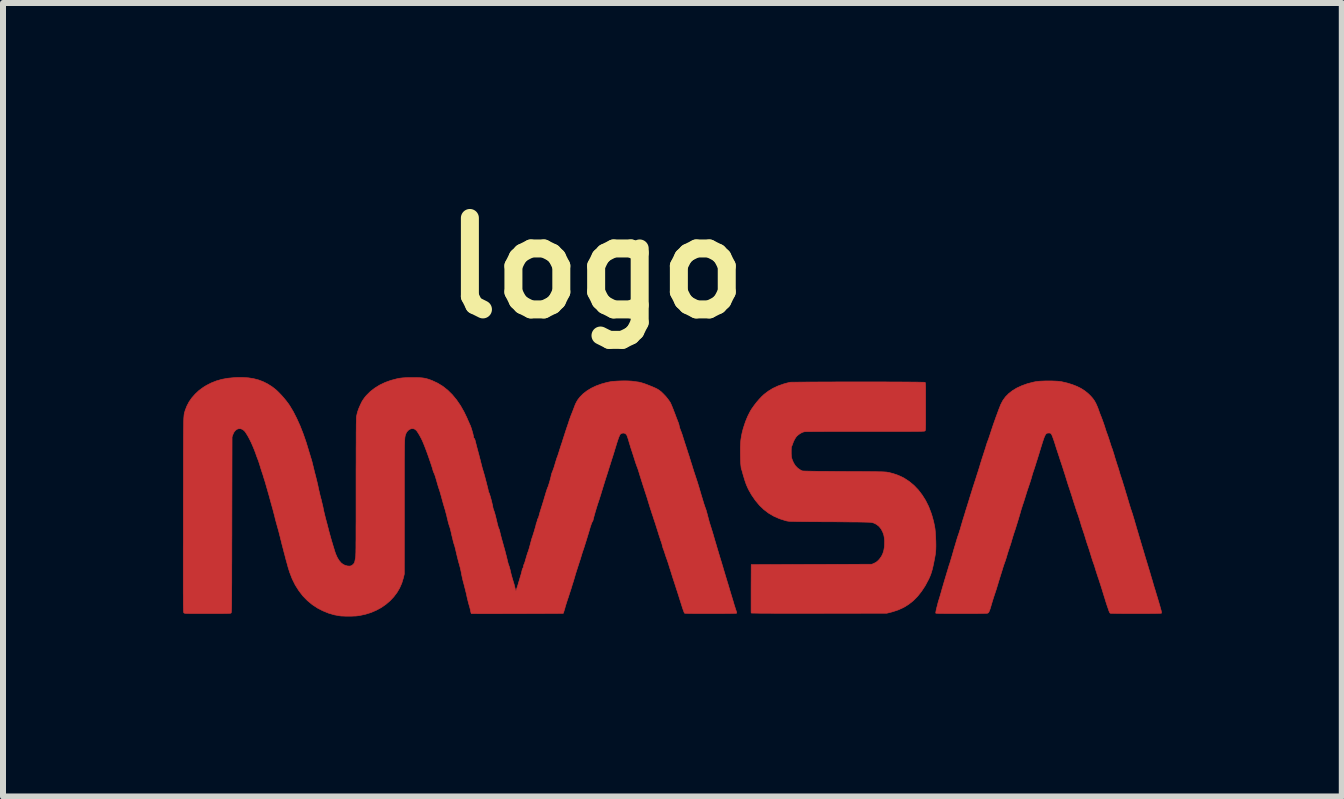
<source format=kicad_pcb>
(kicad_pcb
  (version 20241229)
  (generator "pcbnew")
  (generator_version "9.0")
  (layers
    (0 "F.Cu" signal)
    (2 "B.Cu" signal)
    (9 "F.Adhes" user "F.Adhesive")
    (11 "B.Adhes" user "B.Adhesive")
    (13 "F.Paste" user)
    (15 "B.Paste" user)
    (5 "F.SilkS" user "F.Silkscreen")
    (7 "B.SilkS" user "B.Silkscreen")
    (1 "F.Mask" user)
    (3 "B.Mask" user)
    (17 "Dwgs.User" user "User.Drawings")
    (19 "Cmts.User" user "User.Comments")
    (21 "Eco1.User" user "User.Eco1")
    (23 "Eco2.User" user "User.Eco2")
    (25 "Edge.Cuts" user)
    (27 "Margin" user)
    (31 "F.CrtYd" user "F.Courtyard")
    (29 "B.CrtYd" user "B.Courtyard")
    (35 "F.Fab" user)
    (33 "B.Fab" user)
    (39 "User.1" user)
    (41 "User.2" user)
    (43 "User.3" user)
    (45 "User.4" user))
  (footprint "logo"
    (layer "F.Cu")
    (at 6.887 6.498)
    (property "Reference" "logo" (at 0 -5.08 0) (layer "F.SilkS") (effects (font (size 1.524 1.524) (thickness 0.3))))
    (attr through_hole)
    (fp_poly (pts (xy 4.523 -3.182) (xy 4.621 -3.182) (xy 4.716 -3.182) (xy 4.809 -3.182) (xy 4.898 -3.181) (xy 4.984 -3.181) (xy 5.064 -3.181) (xy 5.139 -3.18) (xy 5.209 -3.18) (xy 5.272 -3.179) (xy 5.328 -3.179) (xy 5.376 -3.178) (xy 5.416 -3.177) (xy 5.447 -3.177) (xy 5.468 -3.176) (xy 5.48 -3.175) (xy 5.481 -3.175) (xy 5.484 -3.173) (xy 5.486 -3.171) (xy 5.487 -3.166) (xy 5.488 -3.159) (xy 5.49 -3.147) (xy 5.49 -3.131) (xy 5.491 -3.11) (xy 5.492 -3.081) (xy 5.492 -3.045) (xy 5.492 -3.001) (xy 5.492 -2.947) (xy 5.492 -2.882) (xy 5.492 -2.806) (xy 5.492 -2.773) (xy 5.492 -2.692) (xy 5.492 -2.623) (xy 5.492 -2.565) (xy 5.492 -2.516) (xy 5.492 -2.477) (xy 5.491 -2.445) (xy 5.491 -2.421) (xy 5.49 -2.402) (xy 5.489 -2.389) (xy 5.488 -2.379) (xy 5.486 -2.373) (xy 5.484 -2.369) (xy 5.482 -2.366) (xy 5.482 -2.366) (xy 5.48 -2.365) (xy 5.477 -2.363) (xy 5.473 -2.362) (xy 5.466 -2.361) (xy 5.456 -2.36) (xy 5.444 -2.36) (xy 5.428 -2.359) (xy 5.408 -2.358) (xy 5.383 -2.358) (xy 5.354 -2.357) (xy 5.319 -2.357) (xy 5.278 -2.357) (xy 5.23 -2.356) (xy 5.176 -2.356) (xy 5.114 -2.356) (xy 5.044 -2.356) (xy 4.966 -2.356) (xy 4.88 -2.356) (xy 4.783 -2.356) (xy 4.677 -2.356) (xy 4.561 -2.356) (xy 4.488 -2.356) (xy 4.385 -2.356) (xy 4.284 -2.356) (xy 4.186 -2.356) (xy 4.092 -2.356) (xy 4.002 -2.356) (xy 3.918 -2.356) (xy 3.839 -2.356) (xy 3.766 -2.355) (xy 3.7 -2.355) (xy 3.641 -2.355) (xy 3.591 -2.354) (xy 3.548 -2.354) (xy 3.515 -2.354) (xy 3.491 -2.353) (xy 3.478 -2.353) (xy 3.475 -2.352) (xy 3.444 -2.344) (xy 3.41 -2.327) (xy 3.376 -2.305) (xy 3.347 -2.28) (xy 3.326 -2.254) (xy 3.306 -2.22) (xy 3.288 -2.183) (xy 3.276 -2.149) (xy 3.27 -2.13) (xy 3.262 -2.115) (xy 3.261 -2.112) (xy 3.257 -2.105) (xy 3.254 -2.094) (xy 3.253 -2.076) (xy 3.252 -2.05) (xy 3.252 -2.017) (xy 3.252 -1.98) (xy 3.254 -1.952) (xy 3.256 -1.93) (xy 3.26 -1.912) (xy 3.265 -1.895) (xy 3.289 -1.836) (xy 3.321 -1.785) (xy 3.361 -1.744) (xy 3.408 -1.712) (xy 3.433 -1.7) (xy 3.441 -1.698) (xy 3.458 -1.697) (xy 3.486 -1.696) (xy 3.522 -1.695) (xy 3.569 -1.694) (xy 3.626 -1.693) (xy 3.694 -1.692) (xy 3.771 -1.692) (xy 3.86 -1.691) (xy 3.959 -1.69) (xy 4.068 -1.689) (xy 4.134 -1.689) (xy 4.234 -1.688) (xy 4.325 -1.688) (xy 4.406 -1.688) (xy 4.477 -1.687) (xy 4.54 -1.687) (xy 4.596 -1.686) (xy 4.644 -1.686) (xy 4.685 -1.685) (xy 4.72 -1.684) (xy 4.75 -1.684) (xy 4.776 -1.683) (xy 4.797 -1.682) (xy 4.815 -1.681) (xy 4.829 -1.68) (xy 4.842 -1.679) (xy 4.853 -1.677) (xy 4.863 -1.675) (xy 4.873 -1.673) (xy 4.883 -1.671) (xy 4.886 -1.671) (xy 4.951 -1.654) (xy 5.017 -1.632) (xy 5.079 -1.606) (xy 5.134 -1.578) (xy 5.218 -1.523) (xy 5.297 -1.458) (xy 5.369 -1.383) (xy 5.434 -1.298) (xy 5.492 -1.206) (xy 5.542 -1.106) (xy 5.583 -0.999) (xy 5.597 -0.956) (xy 5.615 -0.893) (xy 5.629 -0.837) (xy 5.64 -0.784) (xy 5.649 -0.732) (xy 5.654 -0.677) (xy 5.658 -0.616) (xy 5.661 -0.547) (xy 5.662 -0.526) (xy 5.663 -0.475) (xy 5.663 -0.433) (xy 5.662 -0.397) (xy 5.66 -0.364) (xy 5.657 -0.331) (xy 5.652 -0.296) (xy 5.645 -0.257) (xy 5.636 -0.21) (xy 5.627 -0.162) (xy 5.614 -0.103) (xy 5.602 -0.053) (xy 5.59 -0.011) (xy 5.577 0.028) (xy 5.562 0.065) (xy 5.545 0.103) (xy 5.541 0.111) (xy 5.485 0.216) (xy 5.424 0.309) (xy 5.358 0.392) (xy 5.287 0.464) (xy 5.21 0.525) (xy 5.128 0.576) (xy 5.039 0.617) (xy 4.943 0.649) (xy 4.913 0.657) (xy 4.845 0.674) (xy 3.716 0.675) (xy 3.565 0.675) (xy 3.424 0.675) (xy 3.295 0.675) (xy 3.176 0.675) (xy 3.068 0.675) (xy 2.971 0.675) (xy 2.885 0.674) (xy 2.809 0.674) (xy 2.744 0.674) (xy 2.691 0.673) (xy 2.648 0.672) (xy 2.616 0.672) (xy 2.595 0.671) (xy 2.585 0.67) (xy 2.584 0.67) (xy 2.584 0.663) (xy 2.583 0.644) (xy 2.583 0.614) (xy 2.583 0.575) (xy 2.583 0.528) (xy 2.583 0.474) (xy 2.583 0.413) (xy 2.583 0.348) (xy 2.583 0.278) (xy 2.583 0.264) (xy 2.585 -0.137) (xy 4.597 -0.143) (xy 4.629 -0.157) (xy 4.66 -0.172) (xy 4.684 -0.189) (xy 4.706 -0.21) (xy 4.724 -0.23) (xy 4.756 -0.274) (xy 4.779 -0.322) (xy 4.795 -0.374) (xy 4.805 -0.433) (xy 4.807 -0.473) (xy 4.808 -0.534) (xy 4.803 -0.586) (xy 4.794 -0.633) (xy 4.778 -0.677) (xy 4.751 -0.73) (xy 4.716 -0.773) (xy 4.674 -0.807) (xy 4.626 -0.83) (xy 4.594 -0.839) (xy 4.584 -0.84) (xy 4.567 -0.842) (xy 4.543 -0.843) (xy 4.511 -0.844) (xy 4.471 -0.845) (xy 4.422 -0.846) (xy 4.365 -0.847) (xy 4.298 -0.847) (xy 4.222 -0.848) (xy 4.136 -0.849) (xy 4.04 -0.85) (xy 3.934 -0.851) (xy 3.886 -0.851) (xy 3.785 -0.851) (xy 3.696 -0.852) (xy 3.616 -0.853) (xy 3.545 -0.853) (xy 3.483 -0.854) (xy 3.429 -0.854) (xy 3.382 -0.855) (xy 3.341 -0.855) (xy 3.307 -0.856) (xy 3.278 -0.857) (xy 3.254 -0.857) (xy 3.234 -0.858) (xy 3.218 -0.859) (xy 3.204 -0.86) (xy 3.193 -0.862) (xy 3.184 -0.863) (xy 3.175 -0.865) (xy 3.167 -0.867) (xy 3.159 -0.869) (xy 3.159 -0.869) (xy 3.058 -0.901) (xy 2.964 -0.942) (xy 2.878 -0.992) (xy 2.797 -1.053) (xy 2.723 -1.124) (xy 2.655 -1.205) (xy 2.591 -1.298) (xy 2.542 -1.384) (xy 2.521 -1.428) (xy 2.5 -1.478) (xy 2.48 -1.535) (xy 2.46 -1.601) (xy 2.447 -1.645) (xy 2.439 -1.674) (xy 2.432 -1.7) (xy 2.426 -1.719) (xy 2.422 -1.728) (xy 2.418 -1.742) (xy 2.415 -1.768) (xy 2.411 -1.803) (xy 2.408 -1.845) (xy 2.406 -1.894) (xy 2.405 -1.947) (xy 2.404 -2.003) (xy 2.404 -2.013) (xy 2.404 -2.089) (xy 2.407 -2.156) (xy 2.412 -2.216) (xy 2.421 -2.273) (xy 2.432 -2.329) (xy 2.447 -2.388) (xy 2.455 -2.416) (xy 2.489 -2.519) (xy 2.527 -2.611) (xy 2.569 -2.693) (xy 2.594 -2.734) (xy 2.631 -2.786) (xy 2.672 -2.84) (xy 2.717 -2.892) (xy 2.761 -2.939) (xy 2.803 -2.978) (xy 2.805 -2.979) (xy 2.872 -3.03) (xy 2.948 -3.076) (xy 3.032 -3.115) (xy 3.122 -3.147) (xy 3.172 -3.161) (xy 3.235 -3.177) (xy 3.56 -3.18) (xy 3.646 -3.18) (xy 3.736 -3.181) (xy 3.829 -3.181) (xy 3.925 -3.181) (xy 4.023 -3.182) (xy 4.123 -3.182) (xy 4.223 -3.182) (xy 4.324 -3.182) (xy 4.424 -3.182) (xy 4.523 -3.182)) (stroke (width 0.01) (type solid)) (fill yes) (layer "F.Cu"))
    (fp_poly (pts (xy 7.594 -3.198) (xy 7.643 -3.196) (xy 7.688 -3.194) (xy 7.727 -3.19) (xy 7.757 -3.186) (xy 7.76 -3.185) (xy 7.855 -3.163) (xy 7.939 -3.137) (xy 8.015 -3.107) (xy 8.083 -3.073) (xy 8.144 -3.034) (xy 8.2 -2.989) (xy 8.244 -2.946) (xy 8.279 -2.906) (xy 8.309 -2.863) (xy 8.335 -2.814) (xy 8.36 -2.757) (xy 8.376 -2.713) (xy 8.385 -2.687) (xy 8.397 -2.654) (xy 8.411 -2.619) (xy 8.423 -2.589) (xy 8.437 -2.551) (xy 8.453 -2.507) (xy 8.468 -2.464) (xy 8.477 -2.437) (xy 8.488 -2.401) (xy 8.5 -2.364) (xy 8.512 -2.33) (xy 8.521 -2.307) (xy 8.531 -2.278) (xy 8.543 -2.243) (xy 8.555 -2.206) (xy 8.563 -2.18) (xy 8.573 -2.149) (xy 8.582 -2.12) (xy 8.59 -2.097) (xy 8.595 -2.083) (xy 8.601 -2.069) (xy 8.609 -2.046) (xy 8.618 -2.016) (xy 8.629 -1.982) (xy 8.635 -1.962) (xy 8.646 -1.923) (xy 8.659 -1.882) (xy 8.671 -1.844) (xy 8.681 -1.812) (xy 8.684 -1.803) (xy 8.695 -1.77) (xy 8.707 -1.733) (xy 8.717 -1.699) (xy 8.72 -1.689) (xy 8.729 -1.657) (xy 8.74 -1.621) (xy 8.751 -1.59) (xy 8.751 -1.587) (xy 8.76 -1.562) (xy 8.772 -1.526) (xy 8.786 -1.478) (xy 8.804 -1.422) (xy 8.823 -1.356) (xy 8.846 -1.282) (xy 8.87 -1.201) (xy 8.877 -1.178) (xy 8.888 -1.14) (xy 8.9 -1.102) (xy 8.91 -1.068) (xy 8.919 -1.042) (xy 8.924 -1.029) (xy 8.93 -1.009) (xy 8.94 -0.981) (xy 8.95 -0.946) (xy 8.962 -0.907) (xy 8.974 -0.867) (xy 8.985 -0.827) (xy 8.997 -0.788) (xy 9.008 -0.747) (xy 9.021 -0.706) (xy 9.034 -0.661) (xy 9.048 -0.613) (xy 9.064 -0.56) (xy 9.081 -0.502) (xy 9.101 -0.436) (xy 9.123 -0.363) (xy 9.147 -0.281) (xy 9.175 -0.189) (xy 9.206 -0.087) (xy 9.211 -0.07) (xy 9.225 -0.024) (xy 9.239 0.024) (xy 9.253 0.072) (xy 9.266 0.114) (xy 9.276 0.148) (xy 9.277 0.152) (xy 9.288 0.191) (xy 9.3 0.232) (xy 9.312 0.27) (xy 9.322 0.302) (xy 9.322 0.302) (xy 9.329 0.326) (xy 9.339 0.36) (xy 9.352 0.401) (xy 9.365 0.445) (xy 9.379 0.491) (xy 9.386 0.516) (xy 9.4 0.564) (xy 9.41 0.601) (xy 9.418 0.629) (xy 9.422 0.648) (xy 9.424 0.661) (xy 9.424 0.669) (xy 9.423 0.673) (xy 9.422 0.673) (xy 9.415 0.674) (xy 9.398 0.675) (xy 9.373 0.676) (xy 9.339 0.677) (xy 9.298 0.678) (xy 9.252 0.678) (xy 9.201 0.679) (xy 9.146 0.679) (xy 9.088 0.679) (xy 9.029 0.679) (xy 8.969 0.679) (xy 8.91 0.679) (xy 8.852 0.679) (xy 8.797 0.679) (xy 8.745 0.678) (xy 8.698 0.678) (xy 8.657 0.677) (xy 8.622 0.676) (xy 8.595 0.676) (xy 8.577 0.675) (xy 8.569 0.673) (xy 8.569 0.673) (xy 8.565 0.67) (xy 8.561 0.664) (xy 8.556 0.655) (xy 8.55 0.641) (xy 8.543 0.623) (xy 8.535 0.598) (xy 8.524 0.567) (xy 8.511 0.529) (xy 8.496 0.482) (xy 8.479 0.426) (xy 8.458 0.36) (xy 8.435 0.284) (xy 8.416 0.224) (xy 8.404 0.186) (xy 8.39 0.144) (xy 8.377 0.103) (xy 8.368 0.078) (xy 8.356 0.042) (xy 8.343 0.002) (xy 8.331 -0.036) (xy 8.325 -0.054) (xy 8.315 -0.088) (xy 8.304 -0.124) (xy 8.292 -0.157) (xy 8.288 -0.168) (xy 8.279 -0.194) (xy 8.268 -0.227) (xy 8.256 -0.265) (xy 8.245 -0.302) (xy 8.243 -0.308) (xy 8.232 -0.344) (xy 8.221 -0.379) (xy 8.211 -0.41) (xy 8.203 -0.434) (xy 8.202 -0.438) (xy 8.194 -0.459) (xy 8.184 -0.489) (xy 8.173 -0.523) (xy 8.162 -0.56) (xy 8.157 -0.576) (xy 8.146 -0.612) (xy 8.135 -0.648) (xy 8.124 -0.679) (xy 8.116 -0.703) (xy 8.114 -0.711) (xy 8.107 -0.731) (xy 8.097 -0.76) (xy 8.086 -0.794) (xy 8.076 -0.83) (xy 8.073 -0.84) (xy 8.061 -0.878) (xy 8.049 -0.917) (xy 8.037 -0.954) (xy 8.027 -0.983) (xy 8.025 -0.987) (xy 8.016 -1.012) (xy 8.005 -1.045) (xy 7.992 -1.085) (xy 7.979 -1.126) (xy 7.966 -1.165) (xy 7.951 -1.212) (xy 7.935 -1.264) (xy 7.918 -1.317) (xy 7.902 -1.366) (xy 7.893 -1.394) (xy 7.878 -1.438) (xy 7.862 -1.487) (xy 7.847 -1.536) (xy 7.833 -1.58) (xy 7.828 -1.597) (xy 7.816 -1.636) (xy 7.804 -1.672) (xy 7.792 -1.71) (xy 7.779 -1.751) (xy 7.764 -1.797) (xy 7.746 -1.851) (xy 7.732 -1.892) (xy 7.723 -1.921) (xy 7.711 -1.958) (xy 7.698 -1.997) (xy 7.685 -2.037) (xy 7.682 -2.045) (xy 7.661 -2.11) (xy 7.644 -2.165) (xy 7.629 -2.21) (xy 7.616 -2.246) (xy 7.606 -2.274) (xy 7.597 -2.295) (xy 7.589 -2.31) (xy 7.582 -2.32) (xy 7.574 -2.326) (xy 7.567 -2.329) (xy 7.558 -2.33) (xy 7.548 -2.33) (xy 7.544 -2.33) (xy 7.529 -2.33) (xy 7.515 -2.326) (xy 7.503 -2.319) (xy 7.492 -2.306) (xy 7.482 -2.288) (xy 7.47 -2.262) (xy 7.458 -2.228) (xy 7.443 -2.184) (xy 7.426 -2.129) (xy 7.424 -2.124) (xy 7.4 -2.046) (xy 7.38 -1.979) (xy 7.362 -1.922) (xy 7.347 -1.874) (xy 7.334 -1.834) (xy 7.324 -1.8) (xy 7.315 -1.773) (xy 7.308 -1.75) (xy 7.301 -1.73) (xy 7.296 -1.714) (xy 7.293 -1.707) (xy 7.282 -1.674) (xy 7.27 -1.635) (xy 7.26 -1.6) (xy 7.259 -1.596) (xy 7.251 -1.568) (xy 7.24 -1.533) (xy 7.228 -1.495) (xy 7.215 -1.458) (xy 7.215 -1.457) (xy 7.202 -1.419) (xy 7.187 -1.375) (xy 7.172 -1.328) (xy 7.159 -1.285) (xy 7.157 -1.28) (xy 7.146 -1.243) (xy 7.135 -1.208) (xy 7.125 -1.177) (xy 7.117 -1.153) (xy 7.114 -1.146) (xy 7.107 -1.125) (xy 7.098 -1.096) (xy 7.087 -1.062) (xy 7.077 -1.028) (xy 7.077 -1.026) (xy 7.06 -0.968) (xy 7.042 -0.907) (xy 7.024 -0.847) (xy 7.006 -0.79) (xy 6.99 -0.738) (xy 6.975 -0.693) (xy 6.965 -0.664) (xy 6.954 -0.629) (xy 6.942 -0.591) (xy 6.932 -0.556) (xy 6.928 -0.544) (xy 6.919 -0.511) (xy 6.907 -0.473) (xy 6.895 -0.437) (xy 6.892 -0.43) (xy 6.883 -0.401) (xy 6.871 -0.365) (xy 6.858 -0.325) (xy 6.847 -0.287) (xy 6.846 -0.283) (xy 6.836 -0.249) (xy 6.826 -0.219) (xy 6.818 -0.194) (xy 6.812 -0.178) (xy 6.811 -0.175) (xy 6.807 -0.164) (xy 6.8 -0.145) (xy 6.791 -0.118) (xy 6.779 -0.081) (xy 6.765 -0.034) (xy 6.747 0.023) (xy 6.726 0.09) (xy 6.702 0.169) (xy 6.694 0.197) (xy 6.681 0.238) (xy 6.669 0.278) (xy 6.657 0.314) (xy 6.647 0.344) (xy 6.64 0.364) (xy 6.64 0.365) (xy 6.633 0.386) (xy 6.623 0.416) (xy 6.612 0.452) (xy 6.6 0.491) (xy 6.592 0.518) (xy 6.578 0.565) (xy 6.567 0.602) (xy 6.557 0.629) (xy 6.549 0.648) (xy 6.541 0.661) (xy 6.533 0.669) (xy 6.525 0.673) (xy 6.517 0.674) (xy 6.498 0.676) (xy 6.47 0.676) (xy 6.431 0.677) (xy 6.384 0.678) (xy 6.327 0.679) (xy 6.263 0.679) (xy 6.191 0.679) (xy 6.112 0.679) (xy 6.087 0.679) (xy 6.006 0.679) (xy 5.936 0.679) (xy 5.876 0.679) (xy 5.824 0.679) (xy 5.781 0.678) (xy 5.746 0.678) (xy 5.717 0.677) (xy 5.696 0.676) (xy 5.68 0.675) (xy 5.669 0.674) (xy 5.663 0.673) (xy 5.66 0.671) (xy 5.66 0.671) (xy 5.661 0.662) (xy 5.664 0.643) (xy 5.669 0.616) (xy 5.677 0.584) (xy 5.686 0.549) (xy 5.695 0.513) (xy 5.704 0.479) (xy 5.714 0.448) (xy 5.718 0.434) (xy 5.725 0.411) (xy 5.735 0.379) (xy 5.746 0.341) (xy 5.757 0.302) (xy 5.764 0.276) (xy 5.78 0.222) (xy 5.797 0.163) (xy 5.815 0.103) (xy 5.833 0.043) (xy 5.85 -0.014) (xy 5.866 -0.066) (xy 5.879 -0.111) (xy 5.891 -0.146) (xy 5.891 -0.146) (xy 5.9 -0.174) (xy 5.911 -0.211) (xy 5.923 -0.251) (xy 5.935 -0.291) (xy 5.939 -0.305) (xy 5.963 -0.39) (xy 5.985 -0.463) (xy 6.003 -0.524) (xy 6.018 -0.574) (xy 6.03 -0.612) (xy 6.04 -0.638) (xy 6.04 -0.64) (xy 6.047 -0.66) (xy 6.056 -0.689) (xy 6.067 -0.723) (xy 6.078 -0.762) (xy 6.087 -0.793) (xy 6.1 -0.837) (xy 6.115 -0.888) (xy 6.132 -0.942) (xy 6.148 -0.994) (xy 6.159 -1.032) (xy 6.174 -1.079) (xy 6.191 -1.133) (xy 6.209 -1.191) (xy 6.226 -1.247) (xy 6.242 -1.298) (xy 6.242 -1.299) (xy 6.256 -1.342) (xy 6.269 -1.385) (xy 6.281 -1.424) (xy 6.292 -1.457) (xy 6.3 -1.482) (xy 6.302 -1.489) (xy 6.324 -1.555) (xy 6.347 -1.629) (xy 6.372 -1.706) (xy 6.395 -1.781) (xy 6.407 -1.822) (xy 6.42 -1.863) (xy 6.433 -1.905) (xy 6.446 -1.944) (xy 6.457 -1.977) (xy 6.461 -1.991) (xy 6.472 -2.025) (xy 6.484 -2.062) (xy 6.495 -2.096) (xy 6.498 -2.108) (xy 6.508 -2.141) (xy 6.52 -2.176) (xy 6.532 -2.207) (xy 6.533 -2.21) (xy 6.542 -2.234) (xy 6.553 -2.267) (xy 6.565 -2.303) (xy 6.577 -2.339) (xy 6.578 -2.343) (xy 6.591 -2.382) (xy 6.606 -2.428) (xy 6.624 -2.481) (xy 6.644 -2.537) (xy 6.664 -2.594) (xy 6.685 -2.65) (xy 6.704 -2.702) (xy 6.722 -2.749) (xy 6.737 -2.787) (xy 6.744 -2.805) (xy 6.779 -2.872) (xy 6.823 -2.933) (xy 6.877 -2.988) (xy 6.94 -3.037) (xy 7.013 -3.081) (xy 7.096 -3.119) (xy 7.187 -3.152) (xy 7.288 -3.178) (xy 7.326 -3.186) (xy 7.357 -3.19) (xy 7.396 -3.194) (xy 7.441 -3.196) (xy 7.49 -3.198) (xy 7.542 -3.198) (xy 7.594 -3.198)) (stroke (width 0.01) (type solid)) (fill yes) (layer "F.Cu"))
    (fp_poly (pts (xy -5.795 -3.25) (xy -5.708 -3.236) (xy -5.627 -3.215) (xy -5.551 -3.186) (xy -5.477 -3.149) (xy -5.404 -3.103) (xy -5.367 -3.075) (xy -5.329 -3.044) (xy -5.288 -3.004) (xy -5.245 -2.959) (xy -5.202 -2.91) (xy -5.162 -2.861) (xy -5.126 -2.813) (xy -5.108 -2.786) (xy -5.048 -2.686) (xy -4.991 -2.574) (xy -4.935 -2.45) (xy -4.883 -2.317) (xy -4.833 -2.173) (xy -4.799 -2.061) (xy -4.787 -2.02) (xy -4.775 -1.982) (xy -4.765 -1.948) (xy -4.757 -1.921) (xy -4.751 -1.903) (xy -4.75 -1.901) (xy -4.745 -1.883) (xy -4.737 -1.856) (xy -4.729 -1.823) (xy -4.72 -1.787) (xy -4.716 -1.771) (xy -4.706 -1.73) (xy -4.696 -1.687) (xy -4.685 -1.646) (xy -4.676 -1.612) (xy -4.674 -1.604) (xy -4.667 -1.575) (xy -4.657 -1.536) (xy -4.647 -1.493) (xy -4.637 -1.449) (xy -4.631 -1.42) (xy -4.622 -1.378) (xy -4.612 -1.336) (xy -4.603 -1.296) (xy -4.594 -1.263) (xy -4.59 -1.245) (xy -4.582 -1.218) (xy -4.574 -1.182) (xy -4.564 -1.141) (xy -4.554 -1.099) (xy -4.548 -1.069) (xy -4.539 -1.025) (xy -4.528 -0.979) (xy -4.517 -0.934) (xy -4.507 -0.895) (xy -4.502 -0.876) (xy -4.492 -0.839) (xy -4.481 -0.799) (xy -4.472 -0.762) (xy -4.465 -0.737) (xy -4.458 -0.707) (xy -4.448 -0.67) (xy -4.436 -0.627) (xy -4.423 -0.58) (xy -4.409 -0.531) (xy -4.394 -0.482) (xy -4.38 -0.435) (xy -4.367 -0.393) (xy -4.356 -0.357) (xy -4.347 -0.33) (xy -4.342 -0.316) (xy -4.314 -0.253) (xy -4.283 -0.203) (xy -4.249 -0.164) (xy -4.213 -0.137) (xy -4.212 -0.137) (xy -4.18 -0.123) (xy -4.146 -0.114) (xy -4.113 -0.112) (xy -4.09 -0.115) (xy -4.071 -0.124) (xy -4.052 -0.139) (xy -4.036 -0.157) (xy -4.026 -0.175) (xy -4.025 -0.181) (xy -4.022 -0.193) (xy -4.018 -0.214) (xy -4.013 -0.238) (xy -4.013 -0.241) (xy -4.011 -0.248) (xy -4.01 -0.255) (xy -4.009 -0.264) (xy -4.008 -0.275) (xy -4.007 -0.288) (xy -4.007 -0.305) (xy -4.006 -0.325) (xy -4.005 -0.349) (xy -4.005 -0.379) (xy -4.004 -0.414) (xy -4.004 -0.455) (xy -4.004 -0.502) (xy -4.003 -0.557) (xy -4.003 -0.619) (xy -4.003 -0.69) (xy -4.003 -0.769) (xy -4.002 -0.858) (xy -4.002 -0.957) (xy -4.002 -1.067) (xy -4.002 -1.187) (xy -4.002 -1.32) (xy -4.002 -1.429) (xy -4.002 -1.584) (xy -4.002 -1.726) (xy -4.001 -1.857) (xy -4.001 -1.976) (xy -4.001 -2.083) (xy -4 -2.18) (xy -4 -2.265) (xy -4 -2.34) (xy -3.999 -2.405) (xy -3.999 -2.461) (xy -3.998 -2.506) (xy -3.997 -2.543) (xy -3.997 -2.571) (xy -3.996 -2.59) (xy -3.995 -2.602) (xy -3.995 -2.603) (xy -3.985 -2.65) (xy -3.974 -2.69) (xy -3.96 -2.731) (xy -3.943 -2.771) (xy -3.921 -2.819) (xy -3.901 -2.859) (xy -3.879 -2.893) (xy -3.855 -2.926) (xy -3.831 -2.955) (xy -3.765 -3.021) (xy -3.69 -3.079) (xy -3.608 -3.13) (xy -3.518 -3.173) (xy -3.421 -3.208) (xy -3.318 -3.235) (xy -3.278 -3.243) (xy -3.254 -3.246) (xy -3.228 -3.249) (xy -3.199 -3.251) (xy -3.164 -3.253) (xy -3.122 -3.254) (xy -3.072 -3.254) (xy -3.057 -3.254) (xy -3.003 -3.254) (xy -2.958 -3.253) (xy -2.921 -3.251) (xy -2.888 -3.248) (xy -2.858 -3.243) (xy -2.83 -3.237) (xy -2.8 -3.228) (xy -2.768 -3.217) (xy -2.733 -3.204) (xy -2.643 -3.162) (xy -2.556 -3.109) (xy -2.475 -3.045) (xy -2.398 -2.969) (xy -2.327 -2.883) (xy -2.261 -2.787) (xy -2.201 -2.681) (xy -2.152 -2.579) (xy -2.138 -2.545) (xy -2.124 -2.515) (xy -2.113 -2.489) (xy -2.105 -2.471) (xy -2.101 -2.464) (xy -2.094 -2.447) (xy -2.085 -2.422) (xy -2.075 -2.391) (xy -2.065 -2.357) (xy -2.056 -2.325) (xy -2.049 -2.296) (xy -2.045 -2.276) (xy -2.045 -2.272) (xy -2.04 -2.25) (xy -2.033 -2.24) (xy -2.032 -2.24) (xy -2.026 -2.233) (xy -2.019 -2.214) (xy -2.011 -2.183) (xy -2.008 -2.171) (xy -2 -2.139) (xy -1.99 -2.1) (xy -1.979 -2.058) (xy -1.968 -2.019) (xy -1.968 -2.016) (xy -1.956 -1.974) (xy -1.944 -1.926) (xy -1.931 -1.877) (xy -1.921 -1.836) (xy -1.911 -1.798) (xy -1.901 -1.757) (xy -1.89 -1.72) (xy -1.881 -1.689) (xy -1.88 -1.686) (xy -1.873 -1.662) (xy -1.864 -1.631) (xy -1.854 -1.595) (xy -1.844 -1.556) (xy -1.833 -1.515) (xy -1.823 -1.475) (xy -1.813 -1.437) (xy -1.805 -1.404) (xy -1.799 -1.378) (xy -1.796 -1.361) (xy -1.795 -1.355) (xy -1.791 -1.342) (xy -1.787 -1.337) (xy -1.783 -1.329) (xy -1.777 -1.312) (xy -1.769 -1.286) (xy -1.76 -1.256) (xy -1.751 -1.223) (xy -1.742 -1.19) (xy -1.735 -1.158) (xy -1.728 -1.131) (xy -1.724 -1.111) (xy -1.723 -1.102) (xy -1.721 -1.09) (xy -1.716 -1.07) (xy -1.708 -1.046) (xy -1.705 -1.038) (xy -1.696 -1.012) (xy -1.686 -0.978) (xy -1.676 -0.941) (xy -1.667 -0.903) (xy -1.666 -0.899) (xy -1.654 -0.849) (xy -1.645 -0.811) (xy -1.637 -0.781) (xy -1.631 -0.76) (xy -1.625 -0.744) (xy -1.62 -0.733) (xy -1.619 -0.732) (xy -1.613 -0.715) (xy -1.607 -0.695) (xy -1.607 -0.693) (xy -1.603 -0.673) (xy -1.596 -0.646) (xy -1.588 -0.613) (xy -1.577 -0.571) (xy -1.562 -0.519) (xy -1.545 -0.457) (xy -1.538 -0.432) (xy -1.525 -0.387) (xy -1.513 -0.341) (xy -1.502 -0.298) (xy -1.492 -0.26) (xy -1.485 -0.23) (xy -1.483 -0.222) (xy -1.476 -0.191) (xy -1.468 -0.16) (xy -1.46 -0.135) (xy -1.456 -0.124) (xy -1.448 -0.102) (xy -1.44 -0.074) (xy -1.432 -0.044) (xy -1.431 -0.038) (xy -1.422 0.002) (xy -1.41 0.049) (xy -1.396 0.097) (xy -1.383 0.141) (xy -1.376 0.165) (xy -1.369 0.185) (xy -1.362 0.212) (xy -1.355 0.241) (xy -1.354 0.246) (xy -1.348 0.27) (xy -1.343 0.289) (xy -1.339 0.3) (xy -1.338 0.301) (xy -1.335 0.296) (xy -1.33 0.281) (xy -1.322 0.257) (xy -1.312 0.227) (xy -1.301 0.192) (xy -1.29 0.154) (xy -1.278 0.115) (xy -1.267 0.076) (xy -1.256 0.04) (xy -1.247 0.009) (xy -1.241 -0.017) (xy -1.236 -0.034) (xy -1.236 -0.039) (xy -1.23 -0.06) (xy -1.222 -0.078) (xy -1.221 -0.078) (xy -1.213 -0.095) (xy -1.21 -0.112) (xy -1.208 -0.129) (xy -1.203 -0.139) (xy -1.198 -0.149) (xy -1.191 -0.168) (xy -1.183 -0.194) (xy -1.175 -0.224) (xy -1.174 -0.225) (xy -1.164 -0.261) (xy -1.153 -0.297) (xy -1.143 -0.33) (xy -1.135 -0.35) (xy -1.126 -0.376) (xy -1.116 -0.409) (xy -1.106 -0.446) (xy -1.096 -0.482) (xy -1.096 -0.484) (xy -1.087 -0.516) (xy -1.08 -0.545) (xy -1.073 -0.567) (xy -1.069 -0.581) (xy -1.068 -0.583) (xy -1.064 -0.594) (xy -1.057 -0.614) (xy -1.049 -0.641) (xy -1.039 -0.672) (xy -1.029 -0.704) (xy -1.02 -0.736) (xy -1.012 -0.765) (xy -1.005 -0.788) (xy -1.002 -0.803) (xy -1.001 -0.808) (xy -0.999 -0.819) (xy -0.993 -0.834) (xy -0.986 -0.853) (xy -0.981 -0.874) (xy -0.977 -0.892) (xy -0.97 -0.905) (xy -0.969 -0.905) (xy -0.962 -0.918) (xy -0.957 -0.935) (xy -0.95 -0.96) (xy -0.942 -0.992) (xy -0.93 -1.031) (xy -0.915 -1.079) (xy -0.91 -1.095) (xy -0.9 -1.126) (xy -0.888 -1.166) (xy -0.874 -1.21) (xy -0.861 -1.256) (xy -0.849 -1.295) (xy -0.838 -1.333) (xy -0.827 -1.367) (xy -0.818 -1.395) (xy -0.811 -1.414) (xy -0.806 -1.425) (xy -0.806 -1.426) (xy -0.802 -1.434) (xy -0.796 -1.451) (xy -0.788 -1.476) (xy -0.779 -1.505) (xy -0.77 -1.536) (xy -0.762 -1.567) (xy -0.755 -1.594) (xy -0.75 -1.615) (xy -0.748 -1.629) (xy -0.747 -1.63) (xy -0.745 -1.641) (xy -0.739 -1.66) (xy -0.73 -1.683) (xy -0.725 -1.694) (xy -0.714 -1.725) (xy -0.701 -1.761) (xy -0.69 -1.798) (xy -0.686 -1.812) (xy -0.676 -1.846) (xy -0.664 -1.884) (xy -0.653 -1.919) (xy -0.648 -1.93) (xy -0.637 -1.961) (xy -0.626 -1.995) (xy -0.617 -2.024) (xy -0.615 -2.029) (xy -0.607 -2.055) (xy -0.597 -2.087) (xy -0.586 -2.121) (xy -0.581 -2.137) (xy -0.57 -2.168) (xy -0.558 -2.207) (xy -0.545 -2.247) (xy -0.533 -2.285) (xy -0.532 -2.286) (xy -0.52 -2.325) (xy -0.506 -2.368) (xy -0.493 -2.408) (xy -0.481 -2.442) (xy -0.471 -2.472) (xy -0.461 -2.5) (xy -0.454 -2.524) (xy -0.45 -2.537) (xy -0.445 -2.553) (xy -0.436 -2.576) (xy -0.426 -2.605) (xy -0.414 -2.635) (xy -0.4 -2.67) (xy -0.386 -2.706) (xy -0.373 -2.74) (xy -0.365 -2.761) (xy -0.346 -2.811) (xy -0.325 -2.852) (xy -0.303 -2.888) (xy -0.275 -2.924) (xy -0.27 -2.93) (xy -0.216 -2.985) (xy -0.152 -3.034) (xy -0.08 -3.078) (xy 0.000253 -3.116) (xy 0.088 -3.148) (xy 0.182 -3.174) (xy 0.239 -3.185) (xy 0.27 -3.19) (xy 0.309 -3.193) (xy 0.354 -3.196) (xy 0.402 -3.198) (xy 0.451 -3.199) (xy 0.498 -3.199) (xy 0.54 -3.198) (xy 0.576 -3.196) (xy 0.592 -3.195) (xy 0.623 -3.191) (xy 0.657 -3.186) (xy 0.688 -3.182) (xy 0.699 -3.181) (xy 0.726 -3.176) (xy 0.762 -3.166) (xy 0.804 -3.153) (xy 0.85 -3.136) (xy 0.898 -3.117) (xy 0.947 -3.097) (xy 0.994 -3.076) (xy 1.014 -3.066) (xy 1.047 -3.046) (xy 1.085 -3.017) (xy 1.123 -2.98) (xy 1.161 -2.94) (xy 1.196 -2.896) (xy 1.227 -2.853) (xy 1.241 -2.829) (xy 1.248 -2.813) (xy 1.259 -2.788) (xy 1.272 -2.756) (xy 1.287 -2.719) (xy 1.302 -2.679) (xy 1.308 -2.664) (xy 1.323 -2.624) (xy 1.337 -2.586) (xy 1.35 -2.553) (xy 1.36 -2.527) (xy 1.367 -2.509) (xy 1.369 -2.505) (xy 1.377 -2.483) (xy 1.383 -2.457) (xy 1.385 -2.447) (xy 1.391 -2.422) (xy 1.4 -2.394) (xy 1.407 -2.376) (xy 1.416 -2.354) (xy 1.427 -2.324) (xy 1.438 -2.292) (xy 1.443 -2.276) (xy 1.45 -2.252) (xy 1.461 -2.219) (xy 1.473 -2.179) (xy 1.488 -2.134) (xy 1.503 -2.088) (xy 1.513 -2.057) (xy 1.529 -2.006) (xy 1.548 -1.949) (xy 1.566 -1.891) (xy 1.583 -1.836) (xy 1.599 -1.787) (xy 1.603 -1.771) (xy 1.617 -1.728) (xy 1.631 -1.683) (xy 1.645 -1.641) (xy 1.657 -1.605) (xy 1.666 -1.577) (xy 1.667 -1.574) (xy 1.678 -1.541) (xy 1.691 -1.501) (xy 1.704 -1.459) (xy 1.714 -1.426) (xy 1.733 -1.361) (xy 1.751 -1.3) (xy 1.768 -1.244) (xy 1.783 -1.194) (xy 1.796 -1.151) (xy 1.808 -1.116) (xy 1.816 -1.091) (xy 1.822 -1.078) (xy 1.827 -1.063) (xy 1.835 -1.039) (xy 1.843 -1.009) (xy 1.853 -0.974) (xy 1.857 -0.956) (xy 1.868 -0.916) (xy 1.879 -0.874) (xy 1.89 -0.834) (xy 1.901 -0.8) (xy 1.903 -0.793) (xy 1.913 -0.762) (xy 1.925 -0.723) (xy 1.938 -0.682) (xy 1.95 -0.641) (xy 1.953 -0.632) (xy 1.966 -0.586) (xy 1.982 -0.531) (xy 2.001 -0.468) (xy 2.021 -0.399) (xy 2.043 -0.326) (xy 2.065 -0.252) (xy 2.088 -0.178) (xy 2.109 -0.107) (xy 2.111 -0.102) (xy 2.124 -0.056) (xy 2.14 -0.003) (xy 2.157 0.054) (xy 2.174 0.11) (xy 2.189 0.161) (xy 2.191 0.165) (xy 2.217 0.252) (xy 2.239 0.327) (xy 2.259 0.392) (xy 2.276 0.448) (xy 2.29 0.494) (xy 2.301 0.533) (xy 2.311 0.564) (xy 2.319 0.589) (xy 2.325 0.608) (xy 2.33 0.623) (xy 2.334 0.634) (xy 2.334 0.634) (xy 2.341 0.654) (xy 2.343 0.665) (xy 2.341 0.672) (xy 2.339 0.674) (xy 2.332 0.675) (xy 2.315 0.675) (xy 2.289 0.676) (xy 2.254 0.677) (xy 2.211 0.678) (xy 2.16 0.678) (xy 2.104 0.679) (xy 2.041 0.679) (xy 1.974 0.679) (xy 1.906 0.679) (xy 1.824 0.679) (xy 1.752 0.679) (xy 1.69 0.679) (xy 1.637 0.679) (xy 1.593 0.678) (xy 1.556 0.678) (xy 1.528 0.677) (xy 1.505 0.676) (xy 1.489 0.675) (xy 1.479 0.674) (xy 1.473 0.672) (xy 1.472 0.672) (xy 1.468 0.664) (xy 1.461 0.645) (xy 1.451 0.618) (xy 1.439 0.585) (xy 1.427 0.546) (xy 1.417 0.514) (xy 1.403 0.47) (xy 1.39 0.43) (xy 1.378 0.391) (xy 1.366 0.353) (xy 1.353 0.312) (xy 1.338 0.268) (xy 1.322 0.217) (xy 1.303 0.158) (xy 1.281 0.092) (xy 1.269 0.054) (xy 1.255 0.009) (xy 1.24 -0.039) (xy 1.225 -0.085) (xy 1.218 -0.108) (xy 1.207 -0.145) (xy 1.196 -0.178) (xy 1.186 -0.207) (xy 1.179 -0.228) (xy 1.175 -0.238) (xy 1.17 -0.252) (xy 1.162 -0.274) (xy 1.153 -0.302) (xy 1.146 -0.324) (xy 1.137 -0.352) (xy 1.128 -0.377) (xy 1.122 -0.395) (xy 1.118 -0.403) (xy 1.113 -0.417) (xy 1.108 -0.437) (xy 1.104 -0.45) (xy 1.098 -0.476) (xy 1.089 -0.505) (xy 1.083 -0.523) (xy 1.075 -0.543) (xy 1.066 -0.572) (xy 1.055 -0.606) (xy 1.043 -0.642) (xy 1.039 -0.657) (xy 1.029 -0.688) (xy 1.016 -0.729) (xy 1.001 -0.776) (xy 0.985 -0.827) (xy 0.967 -0.88) (xy 0.95 -0.932) (xy 0.948 -0.94) (xy 0.931 -0.989) (xy 0.916 -1.037) (xy 0.901 -1.081) (xy 0.889 -1.121) (xy 0.879 -1.153) (xy 0.872 -1.176) (xy 0.87 -1.181) (xy 0.864 -1.202) (xy 0.855 -1.233) (xy 0.843 -1.27) (xy 0.829 -1.313) (xy 0.814 -1.358) (xy 0.803 -1.394) (xy 0.787 -1.442) (xy 0.771 -1.493) (xy 0.755 -1.542) (xy 0.741 -1.587) (xy 0.729 -1.625) (xy 0.724 -1.643) (xy 0.713 -1.678) (xy 0.703 -1.71) (xy 0.694 -1.737) (xy 0.687 -1.756) (xy 0.685 -1.761) (xy 0.679 -1.776) (xy 0.67 -1.801) (xy 0.659 -1.832) (xy 0.648 -1.866) (xy 0.644 -1.88) (xy 0.632 -1.917) (xy 0.62 -1.955) (xy 0.609 -1.989) (xy 0.6 -2.017) (xy 0.598 -2.022) (xy 0.59 -2.047) (xy 0.579 -2.08) (xy 0.568 -2.117) (xy 0.556 -2.156) (xy 0.551 -2.172) (xy 0.541 -2.207) (xy 0.531 -2.239) (xy 0.522 -2.266) (xy 0.515 -2.284) (xy 0.513 -2.291) (xy 0.497 -2.312) (xy 0.476 -2.326) (xy 0.451 -2.33) (xy 0.426 -2.325) (xy 0.41 -2.316) (xy 0.403 -2.31) (xy 0.396 -2.3) (xy 0.389 -2.285) (xy 0.38 -2.265) (xy 0.37 -2.238) (xy 0.358 -2.203) (xy 0.344 -2.16) (xy 0.328 -2.107) (xy 0.308 -2.043) (xy 0.306 -2.035) (xy 0.293 -1.993) (xy 0.279 -1.948) (xy 0.265 -1.905) (xy 0.253 -1.867) (xy 0.248 -1.851) (xy 0.235 -1.809) (xy 0.218 -1.757) (xy 0.2 -1.699) (xy 0.18 -1.636) (xy 0.159 -1.571) (xy 0.139 -1.507) (xy 0.12 -1.446) (xy 0.103 -1.39) (xy 0.088 -1.342) (xy 0.08 -1.314) (xy 0.067 -1.274) (xy 0.054 -1.232) (xy 0.041 -1.193) (xy 0.03 -1.16) (xy 0.025 -1.146) (xy 0.017 -1.119) (xy 0.006 -1.085) (xy -0.005 -1.047) (xy -0.017 -1.007) (xy -0.028 -0.968) (xy -0.038 -0.932) (xy -0.045 -0.903) (xy -0.05 -0.883) (xy -0.05 -0.881) (xy -0.056 -0.863) (xy -0.064 -0.851) (xy -0.07 -0.84) (xy -0.078 -0.821) (xy -0.087 -0.794) (xy -0.098 -0.762) (xy -0.102 -0.748) (xy -0.125 -0.669) (xy -0.147 -0.597) (xy -0.167 -0.532) (xy -0.185 -0.475) (xy -0.2 -0.427) (xy -0.212 -0.39) (xy -0.22 -0.368) (xy -0.231 -0.335) (xy -0.243 -0.297) (xy -0.253 -0.263) (xy -0.254 -0.26) (xy -0.263 -0.23) (xy -0.275 -0.193) (xy -0.287 -0.157) (xy -0.291 -0.143) (xy -0.301 -0.113) (xy -0.313 -0.076) (xy -0.326 -0.035) (xy -0.339 0.006) (xy -0.343 0.019) (xy -0.361 0.081) (xy -0.38 0.145) (xy -0.4 0.207) (xy -0.418 0.267) (xy -0.436 0.322) (xy -0.452 0.371) (xy -0.465 0.412) (xy -0.476 0.443) (xy -0.477 0.446) (xy -0.487 0.477) (xy -0.499 0.515) (xy -0.512 0.556) (xy -0.521 0.59) (xy -0.53 0.62) (xy -0.538 0.646) (xy -0.544 0.666) (xy -0.548 0.675) (xy -0.549 0.676) (xy -0.555 0.676) (xy -0.571 0.677) (xy -0.596 0.677) (xy -0.63 0.677) (xy -0.673 0.678) (xy -0.722 0.678) (xy -0.778 0.678) (xy -0.839 0.678) (xy -0.906 0.679) (xy -0.976 0.679) (xy -1.05 0.679) (xy -1.127 0.679) (xy -1.205 0.68) (xy -1.284 0.68) (xy -1.364 0.68) (xy -1.443 0.68) (xy -1.521 0.68) (xy -1.597 0.681) (xy -1.67 0.681) (xy -1.739 0.681) (xy -1.805 0.681) (xy -1.865 0.681) (xy -1.919 0.681) (xy -1.967 0.681) (xy -2.007 0.68) (xy -2.04 0.68) (xy -2.063 0.68) (xy -2.077 0.68) (xy -2.079 0.68) (xy -2.083 0.674) (xy -2.088 0.659) (xy -2.092 0.64) (xy -2.097 0.617) (xy -2.104 0.586) (xy -2.113 0.554) (xy -2.118 0.537) (xy -2.127 0.506) (xy -2.137 0.466) (xy -2.147 0.425) (xy -2.156 0.385) (xy -2.156 0.384) (xy -2.165 0.343) (xy -2.177 0.295) (xy -2.189 0.247) (xy -2.2 0.204) (xy -2.2 0.203) (xy -2.214 0.152) (xy -2.225 0.109) (xy -2.234 0.068) (xy -2.243 0.026) (xy -2.247 0.003) (xy -2.252 -0.024) (xy -2.258 -0.051) (xy -2.265 -0.081) (xy -2.274 -0.116) (xy -2.286 -0.159) (xy -2.289 -0.168) (xy -2.3 -0.209) (xy -2.312 -0.257) (xy -2.324 -0.306) (xy -2.334 -0.35) (xy -2.335 -0.354) (xy -2.343 -0.389) (xy -2.351 -0.421) (xy -2.358 -0.447) (xy -2.363 -0.464) (xy -2.365 -0.469) (xy -2.369 -0.48) (xy -2.374 -0.496) (xy -2.38 -0.518) (xy -2.387 -0.547) (xy -2.396 -0.585) (xy -2.408 -0.633) (xy -2.415 -0.667) (xy -2.423 -0.7) (xy -2.431 -0.731) (xy -2.438 -0.756) (xy -2.444 -0.773) (xy -2.445 -0.775) (xy -2.449 -0.788) (xy -2.456 -0.811) (xy -2.465 -0.842) (xy -2.473 -0.877) (xy -2.481 -0.907) (xy -2.49 -0.948) (xy -2.501 -0.989) (xy -2.511 -1.028) (xy -2.52 -1.06) (xy -2.525 -1.075) (xy -2.533 -1.103) (xy -2.544 -1.138) (xy -2.555 -1.178) (xy -2.566 -1.219) (xy -2.57 -1.232) (xy -2.58 -1.271) (xy -2.592 -1.312) (xy -2.603 -1.351) (xy -2.613 -1.382) (xy -2.616 -1.391) (xy -2.626 -1.419) (xy -2.637 -1.456) (xy -2.649 -1.497) (xy -2.66 -1.536) (xy -2.663 -1.546) (xy -2.673 -1.58) (xy -2.683 -1.612) (xy -2.692 -1.639) (xy -2.7 -1.657) (xy -2.702 -1.662) (xy -2.712 -1.684) (xy -2.72 -1.708) (xy -2.721 -1.711) (xy -2.726 -1.732) (xy -2.736 -1.763) (xy -2.749 -1.803) (xy -2.764 -1.848) (xy -2.781 -1.897) (xy -2.799 -1.949) (xy -2.818 -2.002) (xy -2.837 -2.053) (xy -2.855 -2.1) (xy -2.872 -2.143) (xy -2.887 -2.179) (xy -2.892 -2.191) (xy -2.907 -2.223) (xy -2.925 -2.258) (xy -2.944 -2.293) (xy -2.964 -2.326) (xy -2.982 -2.354) (xy -2.996 -2.373) (xy -2.997 -2.373) (xy -3.021 -2.393) (xy -3.048 -2.403) (xy -3.078 -2.402) (xy -3.107 -2.393) (xy -3.133 -2.374) (xy -3.156 -2.348) (xy -3.169 -2.323) (xy -3.172 -2.315) (xy -3.175 -2.307) (xy -3.178 -2.299) (xy -3.181 -2.291) (xy -3.183 -2.283) (xy -3.185 -2.272) (xy -3.187 -2.26) (xy -3.189 -2.245) (xy -3.19 -2.226) (xy -3.192 -2.204) (xy -3.193 -2.178) (xy -3.194 -2.146) (xy -3.195 -2.109) (xy -3.195 -2.066) (xy -3.196 -2.016) (xy -3.196 -1.959) (xy -3.197 -1.894) (xy -3.197 -1.821) (xy -3.197 -1.738) (xy -3.197 -1.646) (xy -3.197 -1.544) (xy -3.197 -1.432) (xy -3.197 -1.308) (xy -3.197 -1.172) (xy -3.197 -1.102) (xy -3.198 0.022) (xy -3.213 0.085) (xy -3.239 0.171) (xy -3.275 0.253) (xy -3.32 0.33) (xy -3.374 0.401) (xy -3.436 0.467) (xy -3.505 0.526) (xy -3.581 0.579) (xy -3.664 0.624) (xy -3.752 0.662) (xy -3.846 0.691) (xy -3.943 0.712) (xy -3.979 0.717) (xy -4.006 0.72) (xy -4.042 0.721) (xy -4.084 0.723) (xy -4.128 0.723) (xy -4.172 0.723) (xy -4.213 0.721) (xy -4.248 0.72) (xy -4.273 0.717) (xy -4.367 0.7) (xy -4.462 0.672) (xy -4.557 0.633) (xy -4.641 0.59) (xy -4.731 0.531) (xy -4.814 0.462) (xy -4.889 0.385) (xy -4.956 0.298) (xy -5.016 0.203) (xy -5.067 0.1) (xy -5.11 -0.012) (xy -5.131 -0.079) (xy -5.143 -0.121) (xy -5.157 -0.173) (xy -5.173 -0.23) (xy -5.189 -0.293) (xy -5.206 -0.356) (xy -5.222 -0.419) (xy -5.238 -0.479) (xy -5.251 -0.533) (xy -5.263 -0.578) (xy -5.267 -0.598) (xy -5.277 -0.635) (xy -5.288 -0.68) (xy -5.301 -0.727) (xy -5.314 -0.773) (xy -5.319 -0.791) (xy -5.33 -0.83) (xy -5.34 -0.867) (xy -5.349 -0.901) (xy -5.355 -0.927) (xy -5.358 -0.94) (xy -5.363 -0.96) (xy -5.371 -0.989) (xy -5.38 -1.024) (xy -5.39 -1.062) (xy -5.397 -1.086) (xy -5.409 -1.129) (xy -5.422 -1.175) (xy -5.434 -1.22) (xy -5.445 -1.26) (xy -5.448 -1.273) (xy -5.458 -1.307) (xy -5.47 -1.349) (xy -5.483 -1.394) (xy -5.497 -1.443) (xy -5.511 -1.492) (xy -5.525 -1.539) (xy -5.539 -1.582) (xy -5.55 -1.619) (xy -5.559 -1.648) (xy -5.565 -1.664) (xy -5.571 -1.683) (xy -5.58 -1.711) (xy -5.591 -1.744) (xy -5.601 -1.778) (xy -5.602 -1.781) (xy -5.612 -1.814) (xy -5.622 -1.844) (xy -5.63 -1.869) (xy -5.637 -1.885) (xy -5.637 -1.887) (xy -5.643 -1.901) (xy -5.652 -1.925) (xy -5.663 -1.954) (xy -5.674 -1.987) (xy -5.678 -1.998) (xy -5.7 -2.056) (xy -5.724 -2.113) (xy -5.749 -2.17) (xy -5.775 -2.223) (xy -5.801 -2.272) (xy -5.826 -2.313) (xy -5.848 -2.347) (xy -5.866 -2.368) (xy -5.896 -2.391) (xy -5.927 -2.402) (xy -5.959 -2.402) (xy -5.989 -2.392) (xy -6.016 -2.37) (xy -6.04 -2.338) (xy -6.056 -2.301) (xy -6.069 -2.264) (xy -6.072 -0.801) (xy -6.072 -0.64) (xy -6.073 -0.492) (xy -6.073 -0.355) (xy -6.073 -0.23) (xy -6.074 -0.115) (xy -6.074 -0.011) (xy -6.074 0.084) (xy -6.074 0.17) (xy -6.075 0.246) (xy -6.075 0.314) (xy -6.075 0.375) (xy -6.076 0.428) (xy -6.076 0.474) (xy -6.076 0.514) (xy -6.077 0.548) (xy -6.077 0.576) (xy -6.078 0.6) (xy -6.079 0.619) (xy -6.079 0.634) (xy -6.08 0.646) (xy -6.081 0.655) (xy -6.082 0.661) (xy -6.083 0.665) (xy -6.084 0.668) (xy -6.085 0.669) (xy -6.086 0.67) (xy -6.089 0.672) (xy -6.096 0.674) (xy -6.106 0.675) (xy -6.121 0.676) (xy -6.141 0.677) (xy -6.167 0.678) (xy -6.2 0.678) (xy -6.24 0.679) (xy -6.288 0.679) (xy -6.345 0.679) (xy -6.412 0.679) (xy -6.478 0.679) (xy -6.553 0.679) (xy -6.616 0.679) (xy -6.671 0.679) (xy -6.717 0.679) (xy -6.755 0.679) (xy -6.785 0.678) (xy -6.81 0.678) (xy -6.829 0.677) (xy -6.843 0.676) (xy -6.853 0.675) (xy -6.861 0.673) (xy -6.865 0.672) (xy -6.869 0.67) (xy -6.871 0.667) (xy -6.872 0.667) (xy -6.873 0.665) (xy -6.874 0.663) (xy -6.875 0.661) (xy -6.876 0.657) (xy -6.877 0.651) (xy -6.877 0.643) (xy -6.878 0.633) (xy -6.879 0.619) (xy -6.879 0.601) (xy -6.88 0.58) (xy -6.88 0.554) (xy -6.881 0.523) (xy -6.881 0.487) (xy -6.881 0.444) (xy -6.881 0.395) (xy -6.882 0.34) (xy -6.882 0.277) (xy -6.882 0.206) (xy -6.882 0.127) (xy -6.882 0.04) (xy -6.882 -0.057) (xy -6.882 -0.164) (xy -6.882 -0.28) (xy -6.882 -0.407) (xy -6.881 -0.545) (xy -6.881 -0.695) (xy -6.881 -0.856) (xy -6.881 -0.967) (xy -6.881 -1.138) (xy -6.881 -1.296) (xy -6.88 -1.443) (xy -6.88 -1.578) (xy -6.88 -1.703) (xy -6.88 -1.818) (xy -6.88 -1.922) (xy -6.88 -2.017) (xy -6.879 -2.104) (xy -6.879 -2.182) (xy -6.879 -2.251) (xy -6.878 -2.314) (xy -6.878 -2.37) (xy -6.877 -2.419) (xy -6.876 -2.462) (xy -6.876 -2.499) (xy -6.875 -2.531) (xy -6.874 -2.559) (xy -6.873 -2.583) (xy -6.871 -2.603) (xy -6.87 -2.62) (xy -6.868 -2.634) (xy -6.867 -2.646) (xy -6.865 -2.656) (xy -6.863 -2.665) (xy -6.861 -2.674) (xy -6.858 -2.682) (xy -6.855 -2.69) (xy -6.853 -2.698) (xy -6.85 -2.708) (xy -6.822 -2.78) (xy -6.785 -2.851) (xy -6.738 -2.918) (xy -6.682 -2.981) (xy -6.619 -3.04) (xy -6.548 -3.092) (xy -6.498 -3.123) (xy -6.416 -3.165) (xy -6.33 -3.199) (xy -6.239 -3.225) (xy -6.142 -3.243) (xy -6.037 -3.253) (xy -5.989 -3.256) (xy -5.888 -3.256) (xy -5.795 -3.25)) (stroke (width 0.01) (type solid)) (fill yes) (layer "F.Cu"))
    (fp_poly (pts (xy 4.523 -3.182) (xy 4.621 -3.182) (xy 4.716 -3.182) (xy 4.809 -3.182) (xy 4.898 -3.181) (xy 4.984 -3.181) (xy 5.064 -3.181) (xy 5.139 -3.18) (xy 5.209 -3.18) (xy 5.272 -3.179) (xy 5.328 -3.179) (xy 5.376 -3.178) (xy 5.416 -3.177) (xy 5.447 -3.177) (xy 5.468 -3.176) (xy 5.48 -3.175) (xy 5.481 -3.175) (xy 5.484 -3.173) (xy 5.486 -3.171) (xy 5.487 -3.166) (xy 5.488 -3.159) (xy 5.49 -3.147) (xy 5.49 -3.131) (xy 5.491 -3.11) (xy 5.492 -3.081) (xy 5.492 -3.045) (xy 5.492 -3.001) (xy 5.492 -2.947) (xy 5.492 -2.882) (xy 5.492 -2.806) (xy 5.492 -2.773) (xy 5.492 -2.692) (xy 5.492 -2.623) (xy 5.492 -2.565) (xy 5.492 -2.516) (xy 5.492 -2.477) (xy 5.491 -2.445) (xy 5.491 -2.421) (xy 5.49 -2.402) (xy 5.489 -2.389) (xy 5.488 -2.379) (xy 5.486 -2.373) (xy 5.484 -2.369) (xy 5.482 -2.366) (xy 5.482 -2.366) (xy 5.48 -2.365) (xy 5.477 -2.363) (xy 5.473 -2.362) (xy 5.466 -2.361) (xy 5.456 -2.36) (xy 5.444 -2.36) (xy 5.428 -2.359) (xy 5.408 -2.358) (xy 5.383 -2.358) (xy 5.354 -2.357) (xy 5.319 -2.357) (xy 5.278 -2.357) (xy 5.23 -2.356) (xy 5.176 -2.356) (xy 5.114 -2.356) (xy 5.044 -2.356) (xy 4.966 -2.356) (xy 4.88 -2.356) (xy 4.783 -2.356) (xy 4.677 -2.356) (xy 4.561 -2.356) (xy 4.488 -2.356) (xy 4.385 -2.356) (xy 4.284 -2.356) (xy 4.186 -2.356) (xy 4.092 -2.356) (xy 4.002 -2.356) (xy 3.918 -2.356) (xy 3.839 -2.356) (xy 3.766 -2.355) (xy 3.7 -2.355) (xy 3.641 -2.355) (xy 3.591 -2.354) (xy 3.548 -2.354) (xy 3.515 -2.354) (xy 3.491 -2.353) (xy 3.478 -2.353) (xy 3.475 -2.352) (xy 3.444 -2.344) (xy 3.41 -2.327) (xy 3.376 -2.305) (xy 3.347 -2.28) (xy 3.326 -2.254) (xy 3.306 -2.22) (xy 3.288 -2.183) (xy 3.276 -2.149) (xy 3.27 -2.13) (xy 3.262 -2.115) (xy 3.261 -2.112) (xy 3.257 -2.105) (xy 3.254 -2.094) (xy 3.253 -2.076) (xy 3.252 -2.05) (xy 3.252 -2.017) (xy 3.252 -1.98) (xy 3.254 -1.952) (xy 3.256 -1.93) (xy 3.26 -1.912) (xy 3.265 -1.895) (xy 3.289 -1.836) (xy 3.321 -1.785) (xy 3.361 -1.744) (xy 3.408 -1.712) (xy 3.433 -1.7) (xy 3.441 -1.698) (xy 3.458 -1.697) (xy 3.486 -1.696) (xy 3.522 -1.695) (xy 3.569 -1.694) (xy 3.626 -1.693) (xy 3.694 -1.692) (xy 3.771 -1.692) (xy 3.86 -1.691) (xy 3.959 -1.69) (xy 4.068 -1.689) (xy 4.134 -1.689) (xy 4.234 -1.688) (xy 4.325 -1.688) (xy 4.406 -1.688) (xy 4.477 -1.687) (xy 4.54 -1.687) (xy 4.596 -1.686) (xy 4.644 -1.686) (xy 4.685 -1.685) (xy 4.72 -1.684) (xy 4.75 -1.684) (xy 4.776 -1.683) (xy 4.797 -1.682) (xy 4.815 -1.681) (xy 4.829 -1.68) (xy 4.842 -1.679) (xy 4.853 -1.677) (xy 4.863 -1.675) (xy 4.873 -1.673) (xy 4.883 -1.671) (xy 4.886 -1.671) (xy 4.951 -1.654) (xy 5.017 -1.632) (xy 5.079 -1.606) (xy 5.134 -1.578) (xy 5.218 -1.523) (xy 5.297 -1.458) (xy 5.369 -1.383) (xy 5.434 -1.298) (xy 5.492 -1.206) (xy 5.542 -1.106) (xy 5.583 -0.999) (xy 5.597 -0.956) (xy 5.615 -0.893) (xy 5.629 -0.837) (xy 5.64 -0.784) (xy 5.649 -0.732) (xy 5.654 -0.677) (xy 5.658 -0.616) (xy 5.661 -0.547) (xy 5.662 -0.526) (xy 5.663 -0.475) (xy 5.663 -0.433) (xy 5.662 -0.397) (xy 5.66 -0.364) (xy 5.657 -0.331) (xy 5.652 -0.296) (xy 5.645 -0.257) (xy 5.636 -0.21) (xy 5.627 -0.162) (xy 5.614 -0.103) (xy 5.602 -0.053) (xy 5.59 -0.011) (xy 5.577 0.028) (xy 5.562 0.065) (xy 5.545 0.103) (xy 5.541 0.111) (xy 5.485 0.216) (xy 5.424 0.309) (xy 5.358 0.392) (xy 5.287 0.464) (xy 5.21 0.525) (xy 5.128 0.576) (xy 5.039 0.617) (xy 4.943 0.649) (xy 4.913 0.657) (xy 4.845 0.674) (xy 3.716 0.675) (xy 3.565 0.675) (xy 3.424 0.675) (xy 3.295 0.675) (xy 3.176 0.675) (xy 3.068 0.675) (xy 2.971 0.675) (xy 2.885 0.674) (xy 2.809 0.674) (xy 2.744 0.674) (xy 2.691 0.673) (xy 2.648 0.672) (xy 2.616 0.672) (xy 2.595 0.671) (xy 2.585 0.67) (xy 2.584 0.67) (xy 2.584 0.663) (xy 2.583 0.644) (xy 2.583 0.614) (xy 2.583 0.575) (xy 2.583 0.528) (xy 2.583 0.474) (xy 2.583 0.413) (xy 2.583 0.348) (xy 2.583 0.278) (xy 2.583 0.264) (xy 2.585 -0.137) (xy 4.597 -0.143) (xy 4.629 -0.157) (xy 4.66 -0.172) (xy 4.684 -0.189) (xy 4.706 -0.21) (xy 4.724 -0.23) (xy 4.756 -0.274) (xy 4.779 -0.322) (xy 4.795 -0.374) (xy 4.805 -0.433) (xy 4.807 -0.473) (xy 4.808 -0.534) (xy 4.803 -0.586) (xy 4.794 -0.633) (xy 4.778 -0.677) (xy 4.751 -0.73) (xy 4.716 -0.773) (xy 4.674 -0.807) (xy 4.626 -0.83) (xy 4.594 -0.839) (xy 4.584 -0.84) (xy 4.567 -0.842) (xy 4.543 -0.843) (xy 4.511 -0.844) (xy 4.471 -0.845) (xy 4.422 -0.846) (xy 4.365 -0.847) (xy 4.298 -0.847) (xy 4.222 -0.848) (xy 4.136 -0.849) (xy 4.04 -0.85) (xy 3.934 -0.851) (xy 3.886 -0.851) (xy 3.785 -0.851) (xy 3.696 -0.852) (xy 3.616 -0.853) (xy 3.545 -0.853) (xy 3.483 -0.854) (xy 3.429 -0.854) (xy 3.382 -0.855) (xy 3.341 -0.855) (xy 3.307 -0.856) (xy 3.278 -0.857) (xy 3.254 -0.857) (xy 3.234 -0.858) (xy 3.218 -0.859) (xy 3.204 -0.86) (xy 3.193 -0.862) (xy 3.184 -0.863) (xy 3.175 -0.865) (xy 3.167 -0.867) (xy 3.159 -0.869) (xy 3.159 -0.869) (xy 3.058 -0.901) (xy 2.964 -0.942) (xy 2.878 -0.992) (xy 2.797 -1.053) (xy 2.723 -1.124) (xy 2.655 -1.205) (xy 2.591 -1.298) (xy 2.542 -1.384) (xy 2.521 -1.428) (xy 2.5 -1.478) (xy 2.48 -1.535) (xy 2.46 -1.601) (xy 2.447 -1.645) (xy 2.439 -1.674) (xy 2.432 -1.7) (xy 2.426 -1.719) (xy 2.422 -1.728) (xy 2.418 -1.742) (xy 2.415 -1.768) (xy 2.411 -1.803) (xy 2.408 -1.845) (xy 2.406 -1.894) (xy 2.405 -1.947) (xy 2.404 -2.003) (xy 2.404 -2.013) (xy 2.404 -2.089) (xy 2.407 -2.156) (xy 2.412 -2.216) (xy 2.421 -2.273) (xy 2.432 -2.329) (xy 2.447 -2.388) (xy 2.455 -2.416) (xy 2.489 -2.519) (xy 2.527 -2.611) (xy 2.569 -2.693) (xy 2.594 -2.734) (xy 2.631 -2.786) (xy 2.672 -2.84) (xy 2.717 -2.892) (xy 2.761 -2.939) (xy 2.803 -2.978) (xy 2.805 -2.979) (xy 2.872 -3.03) (xy 2.948 -3.076) (xy 3.032 -3.115) (xy 3.122 -3.147) (xy 3.172 -3.161) (xy 3.235 -3.177) (xy 3.56 -3.18) (xy 3.646 -3.18) (xy 3.736 -3.181) (xy 3.829 -3.181) (xy 3.925 -3.181) (xy 4.023 -3.182) (xy 4.123 -3.182) (xy 4.223 -3.182) (xy 4.324 -3.182) (xy 4.424 -3.182) (xy 4.523 -3.182)) (stroke (width 0.01) (type solid)) (fill yes) (layer "F.Mask"))
    (fp_poly (pts (xy 7.594 -3.198) (xy 7.643 -3.196) (xy 7.688 -3.194) (xy 7.727 -3.19) (xy 7.757 -3.186) (xy 7.76 -3.185) (xy 7.855 -3.163) (xy 7.939 -3.137) (xy 8.015 -3.107) (xy 8.083 -3.073) (xy 8.144 -3.034) (xy 8.2 -2.989) (xy 8.244 -2.946) (xy 8.279 -2.906) (xy 8.309 -2.863) (xy 8.335 -2.814) (xy 8.36 -2.757) (xy 8.376 -2.713) (xy 8.385 -2.687) (xy 8.397 -2.654) (xy 8.411 -2.619) (xy 8.423 -2.589) (xy 8.437 -2.551) (xy 8.453 -2.507) (xy 8.468 -2.464) (xy 8.477 -2.437) (xy 8.488 -2.401) (xy 8.5 -2.364) (xy 8.512 -2.33) (xy 8.521 -2.307) (xy 8.531 -2.278) (xy 8.543 -2.243) (xy 8.555 -2.206) (xy 8.563 -2.18) (xy 8.573 -2.149) (xy 8.582 -2.12) (xy 8.59 -2.097) (xy 8.595 -2.083) (xy 8.601 -2.069) (xy 8.609 -2.046) (xy 8.618 -2.016) (xy 8.629 -1.982) (xy 8.635 -1.962) (xy 8.646 -1.923) (xy 8.659 -1.882) (xy 8.671 -1.844) (xy 8.681 -1.812) (xy 8.684 -1.803) (xy 8.695 -1.77) (xy 8.707 -1.733) (xy 8.717 -1.699) (xy 8.72 -1.689) (xy 8.729 -1.657) (xy 8.74 -1.621) (xy 8.751 -1.59) (xy 8.751 -1.587) (xy 8.76 -1.562) (xy 8.772 -1.526) (xy 8.786 -1.478) (xy 8.804 -1.422) (xy 8.823 -1.356) (xy 8.846 -1.282) (xy 8.87 -1.201) (xy 8.877 -1.178) (xy 8.888 -1.14) (xy 8.9 -1.102) (xy 8.91 -1.068) (xy 8.919 -1.042) (xy 8.924 -1.029) (xy 8.93 -1.009) (xy 8.94 -0.981) (xy 8.95 -0.946) (xy 8.962 -0.907) (xy 8.974 -0.867) (xy 8.985 -0.827) (xy 8.997 -0.788) (xy 9.008 -0.747) (xy 9.021 -0.706) (xy 9.034 -0.661) (xy 9.048 -0.613) (xy 9.064 -0.56) (xy 9.081 -0.502) (xy 9.101 -0.436) (xy 9.123 -0.363) (xy 9.147 -0.281) (xy 9.175 -0.189) (xy 9.206 -0.087) (xy 9.211 -0.07) (xy 9.225 -0.024) (xy 9.239 0.024) (xy 9.253 0.072) (xy 9.266 0.114) (xy 9.276 0.148) (xy 9.277 0.152) (xy 9.288 0.191) (xy 9.3 0.232) (xy 9.312 0.27) (xy 9.322 0.302) (xy 9.322 0.302) (xy 9.329 0.326) (xy 9.339 0.36) (xy 9.352 0.401) (xy 9.365 0.445) (xy 9.379 0.491) (xy 9.386 0.516) (xy 9.4 0.564) (xy 9.41 0.601) (xy 9.418 0.629) (xy 9.422 0.648) (xy 9.424 0.661) (xy 9.424 0.669) (xy 9.423 0.673) (xy 9.422 0.673) (xy 9.415 0.674) (xy 9.398 0.675) (xy 9.373 0.676) (xy 9.339 0.677) (xy 9.298 0.678) (xy 9.252 0.678) (xy 9.201 0.679) (xy 9.146 0.679) (xy 9.088 0.679) (xy 9.029 0.679) (xy 8.969 0.679) (xy 8.91 0.679) (xy 8.852 0.679) (xy 8.797 0.679) (xy 8.745 0.678) (xy 8.698 0.678) (xy 8.657 0.677) (xy 8.622 0.676) (xy 8.595 0.676) (xy 8.577 0.675) (xy 8.569 0.673) (xy 8.569 0.673) (xy 8.565 0.67) (xy 8.561 0.664) (xy 8.556 0.655) (xy 8.55 0.641) (xy 8.543 0.623) (xy 8.535 0.598) (xy 8.524 0.567) (xy 8.511 0.529) (xy 8.496 0.482) (xy 8.479 0.426) (xy 8.458 0.36) (xy 8.435 0.284) (xy 8.416 0.224) (xy 8.404 0.186) (xy 8.39 0.144) (xy 8.377 0.103) (xy 8.368 0.078) (xy 8.356 0.042) (xy 8.343 0.002) (xy 8.331 -0.036) (xy 8.325 -0.054) (xy 8.315 -0.088) (xy 8.304 -0.124) (xy 8.292 -0.157) (xy 8.288 -0.168) (xy 8.279 -0.194) (xy 8.268 -0.227) (xy 8.256 -0.265) (xy 8.245 -0.302) (xy 8.243 -0.308) (xy 8.232 -0.344) (xy 8.221 -0.379) (xy 8.211 -0.41) (xy 8.203 -0.434) (xy 8.202 -0.438) (xy 8.194 -0.459) (xy 8.184 -0.489) (xy 8.173 -0.523) (xy 8.162 -0.56) (xy 8.157 -0.576) (xy 8.146 -0.612) (xy 8.135 -0.648) (xy 8.124 -0.679) (xy 8.116 -0.703) (xy 8.114 -0.711) (xy 8.107 -0.731) (xy 8.097 -0.76) (xy 8.086 -0.794) (xy 8.076 -0.83) (xy 8.073 -0.84) (xy 8.061 -0.878) (xy 8.049 -0.917) (xy 8.037 -0.954) (xy 8.027 -0.983) (xy 8.025 -0.987) (xy 8.016 -1.012) (xy 8.005 -1.045) (xy 7.992 -1.085) (xy 7.979 -1.126) (xy 7.966 -1.165) (xy 7.951 -1.212) (xy 7.935 -1.264) (xy 7.918 -1.317) (xy 7.902 -1.366) (xy 7.893 -1.394) (xy 7.878 -1.438) (xy 7.862 -1.487) (xy 7.847 -1.536) (xy 7.833 -1.58) (xy 7.828 -1.597) (xy 7.816 -1.636) (xy 7.804 -1.672) (xy 7.792 -1.71) (xy 7.779 -1.751) (xy 7.764 -1.797) (xy 7.746 -1.851) (xy 7.732 -1.892) (xy 7.723 -1.921) (xy 7.711 -1.958) (xy 7.698 -1.997) (xy 7.685 -2.037) (xy 7.682 -2.045) (xy 7.661 -2.11) (xy 7.644 -2.165) (xy 7.629 -2.21) (xy 7.616 -2.246) (xy 7.606 -2.274) (xy 7.597 -2.295) (xy 7.589 -2.31) (xy 7.582 -2.32) (xy 7.574 -2.326) (xy 7.567 -2.329) (xy 7.558 -2.33) (xy 7.548 -2.33) (xy 7.544 -2.33) (xy 7.529 -2.33) (xy 7.515 -2.326) (xy 7.503 -2.319) (xy 7.492 -2.306) (xy 7.482 -2.288) (xy 7.47 -2.262) (xy 7.458 -2.228) (xy 7.443 -2.184) (xy 7.426 -2.129) (xy 7.424 -2.124) (xy 7.4 -2.046) (xy 7.38 -1.979) (xy 7.362 -1.922) (xy 7.347 -1.874) (xy 7.334 -1.834) (xy 7.324 -1.8) (xy 7.315 -1.773) (xy 7.308 -1.75) (xy 7.301 -1.73) (xy 7.296 -1.714) (xy 7.293 -1.707) (xy 7.282 -1.674) (xy 7.27 -1.635) (xy 7.26 -1.6) (xy 7.259 -1.596) (xy 7.251 -1.568) (xy 7.24 -1.533) (xy 7.228 -1.495) (xy 7.215 -1.458) (xy 7.215 -1.457) (xy 7.202 -1.419) (xy 7.187 -1.375) (xy 7.172 -1.328) (xy 7.159 -1.285) (xy 7.157 -1.28) (xy 7.146 -1.243) (xy 7.135 -1.208) (xy 7.125 -1.177) (xy 7.117 -1.153) (xy 7.114 -1.146) (xy 7.107 -1.125) (xy 7.098 -1.096) (xy 7.087 -1.062) (xy 7.077 -1.028) (xy 7.077 -1.026) (xy 7.06 -0.968) (xy 7.042 -0.907) (xy 7.024 -0.847) (xy 7.006 -0.79) (xy 6.99 -0.738) (xy 6.975 -0.693) (xy 6.965 -0.664) (xy 6.954 -0.629) (xy 6.942 -0.591) (xy 6.932 -0.556) (xy 6.928 -0.544) (xy 6.919 -0.511) (xy 6.907 -0.473) (xy 6.895 -0.437) (xy 6.892 -0.43) (xy 6.883 -0.401) (xy 6.871 -0.365) (xy 6.858 -0.325) (xy 6.847 -0.287) (xy 6.846 -0.283) (xy 6.836 -0.249) (xy 6.826 -0.219) (xy 6.818 -0.194) (xy 6.812 -0.178) (xy 6.811 -0.175) (xy 6.807 -0.164) (xy 6.8 -0.145) (xy 6.791 -0.118) (xy 6.779 -0.081) (xy 6.765 -0.034) (xy 6.747 0.023) (xy 6.726 0.09) (xy 6.702 0.169) (xy 6.694 0.197) (xy 6.681 0.238) (xy 6.669 0.278) (xy 6.657 0.314) (xy 6.647 0.344) (xy 6.64 0.364) (xy 6.64 0.365) (xy 6.633 0.386) (xy 6.623 0.416) (xy 6.612 0.452) (xy 6.6 0.491) (xy 6.592 0.518) (xy 6.578 0.565) (xy 6.567 0.602) (xy 6.557 0.629) (xy 6.549 0.648) (xy 6.541 0.661) (xy 6.533 0.669) (xy 6.525 0.673) (xy 6.517 0.674) (xy 6.498 0.676) (xy 6.47 0.676) (xy 6.431 0.677) (xy 6.384 0.678) (xy 6.327 0.679) (xy 6.263 0.679) (xy 6.191 0.679) (xy 6.112 0.679) (xy 6.087 0.679) (xy 6.006 0.679) (xy 5.936 0.679) (xy 5.876 0.679) (xy 5.824 0.679) (xy 5.781 0.678) (xy 5.746 0.678) (xy 5.717 0.677) (xy 5.696 0.676) (xy 5.68 0.675) (xy 5.669 0.674) (xy 5.663 0.673) (xy 5.66 0.671) (xy 5.66 0.671) (xy 5.661 0.662) (xy 5.664 0.643) (xy 5.669 0.616) (xy 5.677 0.584) (xy 5.686 0.549) (xy 5.695 0.513) (xy 5.704 0.479) (xy 5.714 0.448) (xy 5.718 0.434) (xy 5.725 0.411) (xy 5.735 0.379) (xy 5.746 0.341) (xy 5.757 0.302) (xy 5.764 0.276) (xy 5.78 0.222) (xy 5.797 0.163) (xy 5.815 0.103) (xy 5.833 0.043) (xy 5.85 -0.014) (xy 5.866 -0.066) (xy 5.879 -0.111) (xy 5.891 -0.146) (xy 5.891 -0.146) (xy 5.9 -0.174) (xy 5.911 -0.211) (xy 5.923 -0.251) (xy 5.935 -0.291) (xy 5.939 -0.305) (xy 5.963 -0.39) (xy 5.985 -0.463) (xy 6.003 -0.524) (xy 6.018 -0.574) (xy 6.03 -0.612) (xy 6.04 -0.638) (xy 6.04 -0.64) (xy 6.047 -0.66) (xy 6.056 -0.689) (xy 6.067 -0.723) (xy 6.078 -0.762) (xy 6.087 -0.793) (xy 6.1 -0.837) (xy 6.115 -0.888) (xy 6.132 -0.942) (xy 6.148 -0.994) (xy 6.159 -1.032) (xy 6.174 -1.079) (xy 6.191 -1.133) (xy 6.209 -1.191) (xy 6.226 -1.247) (xy 6.242 -1.298) (xy 6.242 -1.299) (xy 6.256 -1.342) (xy 6.269 -1.385) (xy 6.281 -1.424) (xy 6.292 -1.457) (xy 6.3 -1.482) (xy 6.302 -1.489) (xy 6.324 -1.555) (xy 6.347 -1.629) (xy 6.372 -1.706) (xy 6.395 -1.781) (xy 6.407 -1.822) (xy 6.42 -1.863) (xy 6.433 -1.905) (xy 6.446 -1.944) (xy 6.457 -1.977) (xy 6.461 -1.991) (xy 6.472 -2.025) (xy 6.484 -2.062) (xy 6.495 -2.096) (xy 6.498 -2.108) (xy 6.508 -2.141) (xy 6.52 -2.176) (xy 6.532 -2.207) (xy 6.533 -2.21) (xy 6.542 -2.234) (xy 6.553 -2.267) (xy 6.565 -2.303) (xy 6.577 -2.339) (xy 6.578 -2.343) (xy 6.591 -2.382) (xy 6.606 -2.428) (xy 6.624 -2.481) (xy 6.644 -2.537) (xy 6.664 -2.594) (xy 6.685 -2.65) (xy 6.704 -2.702) (xy 6.722 -2.749) (xy 6.737 -2.787) (xy 6.744 -2.805) (xy 6.779 -2.872) (xy 6.823 -2.933) (xy 6.877 -2.988) (xy 6.94 -3.037) (xy 7.013 -3.081) (xy 7.096 -3.119) (xy 7.187 -3.152) (xy 7.288 -3.178) (xy 7.326 -3.186) (xy 7.357 -3.19) (xy 7.396 -3.194) (xy 7.441 -3.196) (xy 7.49 -3.198) (xy 7.542 -3.198) (xy 7.594 -3.198)) (stroke (width 0.01) (type solid)) (fill yes) (layer "F.Mask"))
    (fp_poly (pts (xy -5.795 -3.25) (xy -5.708 -3.236) (xy -5.627 -3.215) (xy -5.551 -3.186) (xy -5.477 -3.149) (xy -5.404 -3.103) (xy -5.367 -3.075) (xy -5.329 -3.044) (xy -5.288 -3.004) (xy -5.245 -2.959) (xy -5.202 -2.91) (xy -5.162 -2.861) (xy -5.126 -2.813) (xy -5.108 -2.786) (xy -5.048 -2.686) (xy -4.991 -2.574) (xy -4.935 -2.45) (xy -4.883 -2.317) (xy -4.833 -2.173) (xy -4.799 -2.061) (xy -4.787 -2.02) (xy -4.775 -1.982) (xy -4.765 -1.948) (xy -4.757 -1.921) (xy -4.751 -1.903) (xy -4.75 -1.901) (xy -4.745 -1.883) (xy -4.737 -1.856) (xy -4.729 -1.823) (xy -4.72 -1.787) (xy -4.716 -1.771) (xy -4.706 -1.73) (xy -4.696 -1.687) (xy -4.685 -1.646) (xy -4.676 -1.612) (xy -4.674 -1.604) (xy -4.667 -1.575) (xy -4.657 -1.536) (xy -4.647 -1.493) (xy -4.637 -1.449) (xy -4.631 -1.42) (xy -4.622 -1.378) (xy -4.612 -1.336) (xy -4.603 -1.296) (xy -4.594 -1.263) (xy -4.59 -1.245) (xy -4.582 -1.218) (xy -4.574 -1.182) (xy -4.564 -1.141) (xy -4.554 -1.099) (xy -4.548 -1.069) (xy -4.539 -1.025) (xy -4.528 -0.979) (xy -4.517 -0.934) (xy -4.507 -0.895) (xy -4.502 -0.876) (xy -4.492 -0.839) (xy -4.481 -0.799) (xy -4.472 -0.762) (xy -4.465 -0.737) (xy -4.458 -0.707) (xy -4.448 -0.67) (xy -4.436 -0.627) (xy -4.423 -0.58) (xy -4.409 -0.531) (xy -4.394 -0.482) (xy -4.38 -0.435) (xy -4.367 -0.393) (xy -4.356 -0.357) (xy -4.347 -0.33) (xy -4.342 -0.316) (xy -4.314 -0.253) (xy -4.283 -0.203) (xy -4.249 -0.164) (xy -4.213 -0.137) (xy -4.212 -0.137) (xy -4.18 -0.123) (xy -4.146 -0.114) (xy -4.113 -0.112) (xy -4.09 -0.115) (xy -4.071 -0.124) (xy -4.052 -0.139) (xy -4.036 -0.157) (xy -4.026 -0.175) (xy -4.025 -0.181) (xy -4.022 -0.193) (xy -4.018 -0.214) (xy -4.013 -0.238) (xy -4.013 -0.241) (xy -4.011 -0.248) (xy -4.01 -0.255) (xy -4.009 -0.264) (xy -4.008 -0.275) (xy -4.007 -0.288) (xy -4.007 -0.305) (xy -4.006 -0.325) (xy -4.005 -0.349) (xy -4.005 -0.379) (xy -4.004 -0.414) (xy -4.004 -0.455) (xy -4.004 -0.502) (xy -4.003 -0.557) (xy -4.003 -0.619) (xy -4.003 -0.69) (xy -4.003 -0.769) (xy -4.002 -0.858) (xy -4.002 -0.957) (xy -4.002 -1.067) (xy -4.002 -1.187) (xy -4.002 -1.32) (xy -4.002 -1.429) (xy -4.002 -1.584) (xy -4.002 -1.726) (xy -4.001 -1.857) (xy -4.001 -1.976) (xy -4.001 -2.083) (xy -4 -2.18) (xy -4 -2.265) (xy -4 -2.34) (xy -3.999 -2.405) (xy -3.999 -2.461) (xy -3.998 -2.506) (xy -3.997 -2.543) (xy -3.997 -2.571) (xy -3.996 -2.59) (xy -3.995 -2.602) (xy -3.995 -2.603) (xy -3.985 -2.65) (xy -3.974 -2.69) (xy -3.96 -2.731) (xy -3.943 -2.771) (xy -3.921 -2.819) (xy -3.901 -2.859) (xy -3.879 -2.893) (xy -3.855 -2.926) (xy -3.831 -2.955) (xy -3.765 -3.021) (xy -3.69 -3.079) (xy -3.608 -3.13) (xy -3.518 -3.173) (xy -3.421 -3.208) (xy -3.318 -3.235) (xy -3.278 -3.243) (xy -3.254 -3.246) (xy -3.228 -3.249) (xy -3.199 -3.251) (xy -3.164 -3.253) (xy -3.122 -3.254) (xy -3.072 -3.254) (xy -3.057 -3.254) (xy -3.003 -3.254) (xy -2.958 -3.253) (xy -2.921 -3.251) (xy -2.888 -3.248) (xy -2.858 -3.243) (xy -2.83 -3.237) (xy -2.8 -3.228) (xy -2.768 -3.217) (xy -2.733 -3.204) (xy -2.643 -3.162) (xy -2.556 -3.109) (xy -2.475 -3.045) (xy -2.398 -2.969) (xy -2.327 -2.883) (xy -2.261 -2.787) (xy -2.201 -2.681) (xy -2.152 -2.579) (xy -2.138 -2.545) (xy -2.124 -2.515) (xy -2.113 -2.489) (xy -2.105 -2.471) (xy -2.101 -2.464) (xy -2.094 -2.447) (xy -2.085 -2.422) (xy -2.075 -2.391) (xy -2.065 -2.357) (xy -2.056 -2.325) (xy -2.049 -2.296) (xy -2.045 -2.276) (xy -2.045 -2.272) (xy -2.04 -2.25) (xy -2.033 -2.24) (xy -2.032 -2.24) (xy -2.026 -2.233) (xy -2.019 -2.214) (xy -2.011 -2.183) (xy -2.008 -2.171) (xy -2 -2.139) (xy -1.99 -2.1) (xy -1.979 -2.058) (xy -1.968 -2.019) (xy -1.968 -2.016) (xy -1.956 -1.974) (xy -1.944 -1.926) (xy -1.931 -1.877) (xy -1.921 -1.836) (xy -1.911 -1.798) (xy -1.901 -1.757) (xy -1.89 -1.72) (xy -1.881 -1.689) (xy -1.88 -1.686) (xy -1.873 -1.662) (xy -1.864 -1.631) (xy -1.854 -1.595) (xy -1.844 -1.556) (xy -1.833 -1.515) (xy -1.823 -1.475) (xy -1.813 -1.437) (xy -1.805 -1.404) (xy -1.799 -1.378) (xy -1.796 -1.361) (xy -1.795 -1.355) (xy -1.791 -1.342) (xy -1.787 -1.337) (xy -1.783 -1.329) (xy -1.777 -1.312) (xy -1.769 -1.286) (xy -1.76 -1.256) (xy -1.751 -1.223) (xy -1.742 -1.19) (xy -1.735 -1.158) (xy -1.728 -1.131) (xy -1.724 -1.111) (xy -1.723 -1.102) (xy -1.721 -1.09) (xy -1.716 -1.07) (xy -1.708 -1.046) (xy -1.705 -1.038) (xy -1.696 -1.012) (xy -1.686 -0.978) (xy -1.676 -0.941) (xy -1.667 -0.903) (xy -1.666 -0.899) (xy -1.654 -0.849) (xy -1.645 -0.811) (xy -1.637 -0.781) (xy -1.631 -0.76) (xy -1.625 -0.744) (xy -1.62 -0.733) (xy -1.619 -0.732) (xy -1.613 -0.715) (xy -1.607 -0.695) (xy -1.607 -0.693) (xy -1.603 -0.673) (xy -1.596 -0.646) (xy -1.588 -0.613) (xy -1.577 -0.571) (xy -1.562 -0.519) (xy -1.545 -0.457) (xy -1.538 -0.432) (xy -1.525 -0.387) (xy -1.513 -0.341) (xy -1.502 -0.298) (xy -1.492 -0.26) (xy -1.485 -0.23) (xy -1.483 -0.222) (xy -1.476 -0.191) (xy -1.468 -0.16) (xy -1.46 -0.135) (xy -1.456 -0.124) (xy -1.448 -0.102) (xy -1.44 -0.074) (xy -1.432 -0.044) (xy -1.431 -0.038) (xy -1.422 0.002) (xy -1.41 0.049) (xy -1.396 0.097) (xy -1.383 0.141) (xy -1.376 0.165) (xy -1.369 0.185) (xy -1.362 0.212) (xy -1.355 0.241) (xy -1.354 0.246) (xy -1.348 0.27) (xy -1.343 0.289) (xy -1.339 0.3) (xy -1.338 0.301) (xy -1.335 0.296) (xy -1.33 0.281) (xy -1.322 0.257) (xy -1.312 0.227) (xy -1.301 0.192) (xy -1.29 0.154) (xy -1.278 0.115) (xy -1.267 0.076) (xy -1.256 0.04) (xy -1.247 0.009) (xy -1.241 -0.017) (xy -1.236 -0.034) (xy -1.236 -0.039) (xy -1.23 -0.06) (xy -1.222 -0.078) (xy -1.221 -0.078) (xy -1.213 -0.095) (xy -1.21 -0.112) (xy -1.208 -0.129) (xy -1.203 -0.139) (xy -1.198 -0.149) (xy -1.191 -0.168) (xy -1.183 -0.194) (xy -1.175 -0.224) (xy -1.174 -0.225) (xy -1.164 -0.261) (xy -1.153 -0.297) (xy -1.143 -0.33) (xy -1.135 -0.35) (xy -1.126 -0.376) (xy -1.116 -0.409) (xy -1.106 -0.446) (xy -1.096 -0.482) (xy -1.096 -0.484) (xy -1.087 -0.516) (xy -1.08 -0.545) (xy -1.073 -0.567) (xy -1.069 -0.581) (xy -1.068 -0.583) (xy -1.064 -0.594) (xy -1.057 -0.614) (xy -1.049 -0.641) (xy -1.039 -0.672) (xy -1.029 -0.704) (xy -1.02 -0.736) (xy -1.012 -0.765) (xy -1.005 -0.788) (xy -1.002 -0.803) (xy -1.001 -0.808) (xy -0.999 -0.819) (xy -0.993 -0.834) (xy -0.986 -0.853) (xy -0.981 -0.874) (xy -0.977 -0.892) (xy -0.97 -0.905) (xy -0.969 -0.905) (xy -0.962 -0.918) (xy -0.957 -0.935) (xy -0.95 -0.96) (xy -0.942 -0.992) (xy -0.93 -1.031) (xy -0.915 -1.079) (xy -0.91 -1.095) (xy -0.9 -1.126) (xy -0.888 -1.166) (xy -0.874 -1.21) (xy -0.861 -1.256) (xy -0.849 -1.295) (xy -0.838 -1.333) (xy -0.827 -1.367) (xy -0.818 -1.395) (xy -0.811 -1.414) (xy -0.806 -1.425) (xy -0.806 -1.426) (xy -0.802 -1.434) (xy -0.796 -1.451) (xy -0.788 -1.476) (xy -0.779 -1.505) (xy -0.77 -1.536) (xy -0.762 -1.567) (xy -0.755 -1.594) (xy -0.75 -1.615) (xy -0.748 -1.629) (xy -0.747 -1.63) (xy -0.745 -1.641) (xy -0.739 -1.66) (xy -0.73 -1.683) (xy -0.725 -1.694) (xy -0.714 -1.725) (xy -0.701 -1.761) (xy -0.69 -1.798) (xy -0.686 -1.812) (xy -0.676 -1.846) (xy -0.664 -1.884) (xy -0.653 -1.919) (xy -0.648 -1.93) (xy -0.637 -1.961) (xy -0.626 -1.995) (xy -0.617 -2.024) (xy -0.615 -2.029) (xy -0.607 -2.055) (xy -0.597 -2.087) (xy -0.586 -2.121) (xy -0.581 -2.137) (xy -0.57 -2.168) (xy -0.558 -2.207) (xy -0.545 -2.247) (xy -0.533 -2.285) (xy -0.532 -2.286) (xy -0.52 -2.325) (xy -0.506 -2.368) (xy -0.493 -2.408) (xy -0.481 -2.442) (xy -0.471 -2.472) (xy -0.461 -2.5) (xy -0.454 -2.524) (xy -0.45 -2.537) (xy -0.445 -2.553) (xy -0.436 -2.576) (xy -0.426 -2.605) (xy -0.414 -2.635) (xy -0.4 -2.67) (xy -0.386 -2.706) (xy -0.373 -2.74) (xy -0.365 -2.761) (xy -0.346 -2.811) (xy -0.325 -2.852) (xy -0.303 -2.888) (xy -0.275 -2.924) (xy -0.27 -2.93) (xy -0.216 -2.985) (xy -0.152 -3.034) (xy -0.08 -3.078) (xy 0.000253 -3.116) (xy 0.088 -3.148) (xy 0.182 -3.174) (xy 0.239 -3.185) (xy 0.27 -3.19) (xy 0.309 -3.193) (xy 0.354 -3.196) (xy 0.402 -3.198) (xy 0.451 -3.199) (xy 0.498 -3.199) (xy 0.54 -3.198) (xy 0.576 -3.196) (xy 0.592 -3.195) (xy 0.623 -3.191) (xy 0.657 -3.186) (xy 0.688 -3.182) (xy 0.699 -3.181) (xy 0.726 -3.176) (xy 0.762 -3.166) (xy 0.804 -3.153) (xy 0.85 -3.136) (xy 0.898 -3.117) (xy 0.947 -3.097) (xy 0.994 -3.076) (xy 1.014 -3.066) (xy 1.047 -3.046) (xy 1.085 -3.017) (xy 1.123 -2.98) (xy 1.161 -2.94) (xy 1.196 -2.896) (xy 1.227 -2.853) (xy 1.241 -2.829) (xy 1.248 -2.813) (xy 1.259 -2.788) (xy 1.272 -2.756) (xy 1.287 -2.719) (xy 1.302 -2.679) (xy 1.308 -2.664) (xy 1.323 -2.624) (xy 1.337 -2.586) (xy 1.35 -2.553) (xy 1.36 -2.527) (xy 1.367 -2.509) (xy 1.369 -2.505) (xy 1.377 -2.483) (xy 1.383 -2.457) (xy 1.385 -2.447) (xy 1.391 -2.422) (xy 1.4 -2.394) (xy 1.407 -2.376) (xy 1.416 -2.354) (xy 1.427 -2.324) (xy 1.438 -2.292) (xy 1.443 -2.276) (xy 1.45 -2.252) (xy 1.461 -2.219) (xy 1.473 -2.179) (xy 1.488 -2.134) (xy 1.503 -2.088) (xy 1.513 -2.057) (xy 1.529 -2.006) (xy 1.548 -1.949) (xy 1.566 -1.891) (xy 1.583 -1.836) (xy 1.599 -1.787) (xy 1.603 -1.771) (xy 1.617 -1.728) (xy 1.631 -1.683) (xy 1.645 -1.641) (xy 1.657 -1.605) (xy 1.666 -1.577) (xy 1.667 -1.574) (xy 1.678 -1.541) (xy 1.691 -1.501) (xy 1.704 -1.459) (xy 1.714 -1.426) (xy 1.733 -1.361) (xy 1.751 -1.3) (xy 1.768 -1.244) (xy 1.783 -1.194) (xy 1.796 -1.151) (xy 1.808 -1.116) (xy 1.816 -1.091) (xy 1.822 -1.078) (xy 1.827 -1.063) (xy 1.835 -1.039) (xy 1.843 -1.009) (xy 1.853 -0.974) (xy 1.857 -0.956) (xy 1.868 -0.916) (xy 1.879 -0.874) (xy 1.89 -0.834) (xy 1.901 -0.8) (xy 1.903 -0.793) (xy 1.913 -0.762) (xy 1.925 -0.723) (xy 1.938 -0.682) (xy 1.95 -0.641) (xy 1.953 -0.632) (xy 1.966 -0.586) (xy 1.982 -0.531) (xy 2.001 -0.468) (xy 2.021 -0.399) (xy 2.043 -0.326) (xy 2.065 -0.252) (xy 2.088 -0.178) (xy 2.109 -0.107) (xy 2.111 -0.102) (xy 2.124 -0.056) (xy 2.14 -0.003) (xy 2.157 0.054) (xy 2.174 0.11) (xy 2.189 0.161) (xy 2.191 0.165) (xy 2.217 0.252) (xy 2.239 0.327) (xy 2.259 0.392) (xy 2.276 0.448) (xy 2.29 0.494) (xy 2.301 0.533) (xy 2.311 0.564) (xy 2.319 0.589) (xy 2.325 0.608) (xy 2.33 0.623) (xy 2.334 0.634) (xy 2.334 0.634) (xy 2.341 0.654) (xy 2.343 0.665) (xy 2.341 0.672) (xy 2.339 0.674) (xy 2.332 0.675) (xy 2.315 0.675) (xy 2.289 0.676) (xy 2.254 0.677) (xy 2.211 0.678) (xy 2.16 0.678) (xy 2.104 0.679) (xy 2.041 0.679) (xy 1.974 0.679) (xy 1.906 0.679) (xy 1.824 0.679) (xy 1.752 0.679) (xy 1.69 0.679) (xy 1.637 0.679) (xy 1.593 0.678) (xy 1.556 0.678) (xy 1.528 0.677) (xy 1.505 0.676) (xy 1.489 0.675) (xy 1.479 0.674) (xy 1.473 0.672) (xy 1.472 0.672) (xy 1.468 0.664) (xy 1.461 0.645) (xy 1.451 0.618) (xy 1.439 0.585) (xy 1.427 0.546) (xy 1.417 0.514) (xy 1.403 0.47) (xy 1.39 0.43) (xy 1.378 0.391) (xy 1.366 0.353) (xy 1.353 0.312) (xy 1.338 0.268) (xy 1.322 0.217) (xy 1.303 0.158) (xy 1.281 0.092) (xy 1.269 0.054) (xy 1.255 0.009) (xy 1.24 -0.039) (xy 1.225 -0.085) (xy 1.218 -0.108) (xy 1.207 -0.145) (xy 1.196 -0.178) (xy 1.186 -0.207) (xy 1.179 -0.228) (xy 1.175 -0.238) (xy 1.17 -0.252) (xy 1.162 -0.274) (xy 1.153 -0.302) (xy 1.146 -0.324) (xy 1.137 -0.352) (xy 1.128 -0.377) (xy 1.122 -0.395) (xy 1.118 -0.403) (xy 1.113 -0.417) (xy 1.108 -0.437) (xy 1.104 -0.45) (xy 1.098 -0.476) (xy 1.089 -0.505) (xy 1.083 -0.523) (xy 1.075 -0.543) (xy 1.066 -0.572) (xy 1.055 -0.606) (xy 1.043 -0.642) (xy 1.039 -0.657) (xy 1.029 -0.688) (xy 1.016 -0.729) (xy 1.001 -0.776) (xy 0.985 -0.827) (xy 0.967 -0.88) (xy 0.95 -0.932) (xy 0.948 -0.94) (xy 0.931 -0.989) (xy 0.916 -1.037) (xy 0.901 -1.081) (xy 0.889 -1.121) (xy 0.879 -1.153) (xy 0.872 -1.176) (xy 0.87 -1.181) (xy 0.864 -1.202) (xy 0.855 -1.233) (xy 0.843 -1.27) (xy 0.829 -1.313) (xy 0.814 -1.358) (xy 0.803 -1.394) (xy 0.787 -1.442) (xy 0.771 -1.493) (xy 0.755 -1.542) (xy 0.741 -1.587) (xy 0.729 -1.625) (xy 0.724 -1.643) (xy 0.713 -1.678) (xy 0.703 -1.71) (xy 0.694 -1.737) (xy 0.687 -1.756) (xy 0.685 -1.761) (xy 0.679 -1.776) (xy 0.67 -1.801) (xy 0.659 -1.832) (xy 0.648 -1.866) (xy 0.644 -1.88) (xy 0.632 -1.917) (xy 0.62 -1.955) (xy 0.609 -1.989) (xy 0.6 -2.017) (xy 0.598 -2.022) (xy 0.59 -2.047) (xy 0.579 -2.08) (xy 0.568 -2.117) (xy 0.556 -2.156) (xy 0.551 -2.172) (xy 0.541 -2.207) (xy 0.531 -2.239) (xy 0.522 -2.266) (xy 0.515 -2.284) (xy 0.513 -2.291) (xy 0.497 -2.312) (xy 0.476 -2.326) (xy 0.451 -2.33) (xy 0.426 -2.325) (xy 0.41 -2.316) (xy 0.403 -2.31) (xy 0.396 -2.3) (xy 0.389 -2.285) (xy 0.38 -2.265) (xy 0.37 -2.238) (xy 0.358 -2.203) (xy 0.344 -2.16) (xy 0.328 -2.107) (xy 0.308 -2.043) (xy 0.306 -2.035) (xy 0.293 -1.993) (xy 0.279 -1.948) (xy 0.265 -1.905) (xy 0.253 -1.867) (xy 0.248 -1.851) (xy 0.235 -1.809) (xy 0.218 -1.757) (xy 0.2 -1.699) (xy 0.18 -1.636) (xy 0.159 -1.571) (xy 0.139 -1.507) (xy 0.12 -1.446) (xy 0.103 -1.39) (xy 0.088 -1.342) (xy 0.08 -1.314) (xy 0.067 -1.274) (xy 0.054 -1.232) (xy 0.041 -1.193) (xy 0.03 -1.16) (xy 0.025 -1.146) (xy 0.017 -1.119) (xy 0.006 -1.085) (xy -0.005 -1.047) (xy -0.017 -1.007) (xy -0.028 -0.968) (xy -0.038 -0.932) (xy -0.045 -0.903) (xy -0.05 -0.883) (xy -0.05 -0.881) (xy -0.056 -0.863) (xy -0.064 -0.851) (xy -0.07 -0.84) (xy -0.078 -0.821) (xy -0.087 -0.794) (xy -0.098 -0.762) (xy -0.102 -0.748) (xy -0.125 -0.669) (xy -0.147 -0.597) (xy -0.167 -0.532) (xy -0.185 -0.475) (xy -0.2 -0.427) (xy -0.212 -0.39) (xy -0.22 -0.368) (xy -0.231 -0.335) (xy -0.243 -0.297) (xy -0.253 -0.263) (xy -0.254 -0.26) (xy -0.263 -0.23) (xy -0.275 -0.193) (xy -0.287 -0.157) (xy -0.291 -0.143) (xy -0.301 -0.113) (xy -0.313 -0.076) (xy -0.326 -0.035) (xy -0.339 0.006) (xy -0.343 0.019) (xy -0.361 0.081) (xy -0.38 0.145) (xy -0.4 0.207) (xy -0.418 0.267) (xy -0.436 0.322) (xy -0.452 0.371) (xy -0.465 0.412) (xy -0.476 0.443) (xy -0.477 0.446) (xy -0.487 0.477) (xy -0.499 0.515) (xy -0.512 0.556) (xy -0.521 0.59) (xy -0.53 0.62) (xy -0.538 0.646) (xy -0.544 0.666) (xy -0.548 0.675) (xy -0.549 0.676) (xy -0.555 0.676) (xy -0.571 0.677) (xy -0.596 0.677) (xy -0.63 0.677) (xy -0.673 0.678) (xy -0.722 0.678) (xy -0.778 0.678) (xy -0.839 0.678) (xy -0.906 0.679) (xy -0.976 0.679) (xy -1.05 0.679) (xy -1.127 0.679) (xy -1.205 0.68) (xy -1.284 0.68) (xy -1.364 0.68) (xy -1.443 0.68) (xy -1.521 0.68) (xy -1.597 0.681) (xy -1.67 0.681) (xy -1.739 0.681) (xy -1.805 0.681) (xy -1.865 0.681) (xy -1.919 0.681) (xy -1.967 0.681) (xy -2.007 0.68) (xy -2.04 0.68) (xy -2.063 0.68) (xy -2.077 0.68) (xy -2.079 0.68) (xy -2.083 0.674) (xy -2.088 0.659) (xy -2.092 0.64) (xy -2.097 0.617) (xy -2.104 0.586) (xy -2.113 0.554) (xy -2.118 0.537) (xy -2.127 0.506) (xy -2.137 0.466) (xy -2.147 0.425) (xy -2.156 0.385) (xy -2.156 0.384) (xy -2.165 0.343) (xy -2.177 0.295) (xy -2.189 0.247) (xy -2.2 0.204) (xy -2.2 0.203) (xy -2.214 0.152) (xy -2.225 0.109) (xy -2.234 0.068) (xy -2.243 0.026) (xy -2.247 0.003) (xy -2.252 -0.024) (xy -2.258 -0.051) (xy -2.265 -0.081) (xy -2.274 -0.116) (xy -2.286 -0.159) (xy -2.289 -0.168) (xy -2.3 -0.209) (xy -2.312 -0.257) (xy -2.324 -0.306) (xy -2.334 -0.35) (xy -2.335 -0.354) (xy -2.343 -0.389) (xy -2.351 -0.421) (xy -2.358 -0.447) (xy -2.363 -0.464) (xy -2.365 -0.469) (xy -2.369 -0.48) (xy -2.374 -0.496) (xy -2.38 -0.518) (xy -2.387 -0.547) (xy -2.396 -0.585) (xy -2.408 -0.633) (xy -2.415 -0.667) (xy -2.423 -0.7) (xy -2.431 -0.731) (xy -2.438 -0.756) (xy -2.444 -0.773) (xy -2.445 -0.775) (xy -2.449 -0.788) (xy -2.456 -0.811) (xy -2.465 -0.842) (xy -2.473 -0.877) (xy -2.481 -0.907) (xy -2.49 -0.948) (xy -2.501 -0.989) (xy -2.511 -1.028) (xy -2.52 -1.06) (xy -2.525 -1.075) (xy -2.533 -1.103) (xy -2.544 -1.138) (xy -2.555 -1.178) (xy -2.566 -1.219) (xy -2.57 -1.232) (xy -2.58 -1.271) (xy -2.592 -1.312) (xy -2.603 -1.351) (xy -2.613 -1.382) (xy -2.616 -1.391) (xy -2.626 -1.419) (xy -2.637 -1.456) (xy -2.649 -1.497) (xy -2.66 -1.536) (xy -2.663 -1.546) (xy -2.673 -1.58) (xy -2.683 -1.612) (xy -2.692 -1.639) (xy -2.7 -1.657) (xy -2.702 -1.662) (xy -2.712 -1.684) (xy -2.72 -1.708) (xy -2.721 -1.711) (xy -2.726 -1.732) (xy -2.736 -1.763) (xy -2.749 -1.803) (xy -2.764 -1.848) (xy -2.781 -1.897) (xy -2.799 -1.949) (xy -2.818 -2.002) (xy -2.837 -2.053) (xy -2.855 -2.1) (xy -2.872 -2.143) (xy -2.887 -2.179) (xy -2.892 -2.191) (xy -2.907 -2.223) (xy -2.925 -2.258) (xy -2.944 -2.293) (xy -2.964 -2.326) (xy -2.982 -2.354) (xy -2.996 -2.373) (xy -2.997 -2.373) (xy -3.021 -2.393) (xy -3.048 -2.403) (xy -3.078 -2.402) (xy -3.107 -2.393) (xy -3.133 -2.374) (xy -3.156 -2.348) (xy -3.169 -2.323) (xy -3.172 -2.315) (xy -3.175 -2.307) (xy -3.178 -2.299) (xy -3.181 -2.291) (xy -3.183 -2.283) (xy -3.185 -2.272) (xy -3.187 -2.26) (xy -3.189 -2.245) (xy -3.19 -2.226) (xy -3.192 -2.204) (xy -3.193 -2.178) (xy -3.194 -2.146) (xy -3.195 -2.109) (xy -3.195 -2.066) (xy -3.196 -2.016) (xy -3.196 -1.959) (xy -3.197 -1.894) (xy -3.197 -1.821) (xy -3.197 -1.738) (xy -3.197 -1.646) (xy -3.197 -1.544) (xy -3.197 -1.432) (xy -3.197 -1.308) (xy -3.197 -1.172) (xy -3.197 -1.102) (xy -3.198 0.022) (xy -3.213 0.085) (xy -3.239 0.171) (xy -3.275 0.253) (xy -3.32 0.33) (xy -3.374 0.401) (xy -3.436 0.467) (xy -3.505 0.526) (xy -3.581 0.579) (xy -3.664 0.624) (xy -3.752 0.662) (xy -3.846 0.691) (xy -3.943 0.712) (xy -3.979 0.717) (xy -4.006 0.72) (xy -4.042 0.721) (xy -4.084 0.723) (xy -4.128 0.723) (xy -4.172 0.723) (xy -4.213 0.721) (xy -4.248 0.72) (xy -4.273 0.717) (xy -4.367 0.7) (xy -4.462 0.672) (xy -4.557 0.633) (xy -4.641 0.59) (xy -4.731 0.531) (xy -4.814 0.462) (xy -4.889 0.385) (xy -4.956 0.298) (xy -5.016 0.203) (xy -5.067 0.1) (xy -5.11 -0.012) (xy -5.131 -0.079) (xy -5.143 -0.121) (xy -5.157 -0.173) (xy -5.173 -0.23) (xy -5.189 -0.293) (xy -5.206 -0.356) (xy -5.222 -0.419) (xy -5.238 -0.479) (xy -5.251 -0.533) (xy -5.263 -0.578) (xy -5.267 -0.598) (xy -5.277 -0.635) (xy -5.288 -0.68) (xy -5.301 -0.727) (xy -5.314 -0.773) (xy -5.319 -0.791) (xy -5.33 -0.83) (xy -5.34 -0.867) (xy -5.349 -0.901) (xy -5.355 -0.927) (xy -5.358 -0.94) (xy -5.363 -0.96) (xy -5.371 -0.989) (xy -5.38 -1.024) (xy -5.39 -1.062) (xy -5.397 -1.086) (xy -5.409 -1.129) (xy -5.422 -1.175) (xy -5.434 -1.22) (xy -5.445 -1.26) (xy -5.448 -1.273) (xy -5.458 -1.307) (xy -5.47 -1.349) (xy -5.483 -1.394) (xy -5.497 -1.443) (xy -5.511 -1.492) (xy -5.525 -1.539) (xy -5.539 -1.582) (xy -5.55 -1.619) (xy -5.559 -1.648) (xy -5.565 -1.664) (xy -5.571 -1.683) (xy -5.58 -1.711) (xy -5.591 -1.744) (xy -5.601 -1.778) (xy -5.602 -1.781) (xy -5.612 -1.814) (xy -5.622 -1.844) (xy -5.63 -1.869) (xy -5.637 -1.885) (xy -5.637 -1.887) (xy -5.643 -1.901) (xy -5.652 -1.925) (xy -5.663 -1.954) (xy -5.674 -1.987) (xy -5.678 -1.998) (xy -5.7 -2.056) (xy -5.724 -2.113) (xy -5.749 -2.17) (xy -5.775 -2.223) (xy -5.801 -2.272) (xy -5.826 -2.313) (xy -5.848 -2.347) (xy -5.866 -2.368) (xy -5.896 -2.391) (xy -5.927 -2.402) (xy -5.959 -2.402) (xy -5.989 -2.392) (xy -6.016 -2.37) (xy -6.04 -2.338) (xy -6.056 -2.301) (xy -6.069 -2.264) (xy -6.072 -0.801) (xy -6.072 -0.64) (xy -6.073 -0.492) (xy -6.073 -0.355) (xy -6.073 -0.23) (xy -6.074 -0.115) (xy -6.074 -0.011) (xy -6.074 0.084) (xy -6.074 0.17) (xy -6.075 0.246) (xy -6.075 0.314) (xy -6.075 0.375) (xy -6.076 0.428) (xy -6.076 0.474) (xy -6.076 0.514) (xy -6.077 0.548) (xy -6.077 0.576) (xy -6.078 0.6) (xy -6.079 0.619) (xy -6.079 0.634) (xy -6.08 0.646) (xy -6.081 0.655) (xy -6.082 0.661) (xy -6.083 0.665) (xy -6.084 0.668) (xy -6.085 0.669) (xy -6.086 0.67) (xy -6.089 0.672) (xy -6.096 0.674) (xy -6.106 0.675) (xy -6.121 0.676) (xy -6.141 0.677) (xy -6.167 0.678) (xy -6.2 0.678) (xy -6.24 0.679) (xy -6.288 0.679) (xy -6.345 0.679) (xy -6.412 0.679) (xy -6.478 0.679) (xy -6.553 0.679) (xy -6.616 0.679) (xy -6.671 0.679) (xy -6.717 0.679) (xy -6.755 0.679) (xy -6.785 0.678) (xy -6.81 0.678) (xy -6.829 0.677) (xy -6.843 0.676) (xy -6.853 0.675) (xy -6.861 0.673) (xy -6.865 0.672) (xy -6.869 0.67) (xy -6.871 0.667) (xy -6.872 0.667) (xy -6.873 0.665) (xy -6.874 0.663) (xy -6.875 0.661) (xy -6.876 0.657) (xy -6.877 0.651) (xy -6.877 0.643) (xy -6.878 0.633) (xy -6.879 0.619) (xy -6.879 0.601) (xy -6.88 0.58) (xy -6.88 0.554) (xy -6.881 0.523) (xy -6.881 0.487) (xy -6.881 0.444) (xy -6.881 0.395) (xy -6.882 0.34) (xy -6.882 0.277) (xy -6.882 0.206) (xy -6.882 0.127) (xy -6.882 0.04) (xy -6.882 -0.057) (xy -6.882 -0.164) (xy -6.882 -0.28) (xy -6.882 -0.407) (xy -6.881 -0.545) (xy -6.881 -0.695) (xy -6.881 -0.856) (xy -6.881 -0.967) (xy -6.881 -1.138) (xy -6.881 -1.296) (xy -6.88 -1.443) (xy -6.88 -1.578) (xy -6.88 -1.703) (xy -6.88 -1.818) (xy -6.88 -1.922) (xy -6.88 -2.017) (xy -6.879 -2.104) (xy -6.879 -2.182) (xy -6.879 -2.251) (xy -6.878 -2.314) (xy -6.878 -2.37) (xy -6.877 -2.419) (xy -6.876 -2.462) (xy -6.876 -2.499) (xy -6.875 -2.531) (xy -6.874 -2.559) (xy -6.873 -2.583) (xy -6.871 -2.603) (xy -6.87 -2.62) (xy -6.868 -2.634) (xy -6.867 -2.646) (xy -6.865 -2.656) (xy -6.863 -2.665) (xy -6.861 -2.674) (xy -6.858 -2.682) (xy -6.855 -2.69) (xy -6.853 -2.698) (xy -6.85 -2.708) (xy -6.822 -2.78) (xy -6.785 -2.851) (xy -6.738 -2.918) (xy -6.682 -2.981) (xy -6.619 -3.04) (xy -6.548 -3.092) (xy -6.498 -3.123) (xy -6.416 -3.165) (xy -6.33 -3.199) (xy -6.239 -3.225) (xy -6.142 -3.243) (xy -6.037 -3.253) (xy -5.989 -3.256) (xy -5.888 -3.256) (xy -5.795 -3.25)) (stroke (width 0.01) (type solid)) (fill yes) (layer "F.Mask")))
  (gr_rect
    (start -3 -3)
    (end 19.316 10.226)
    (stroke (width 0.1) (type default))
    (fill no)
    (layer "Edge.Cuts")))
</source>
